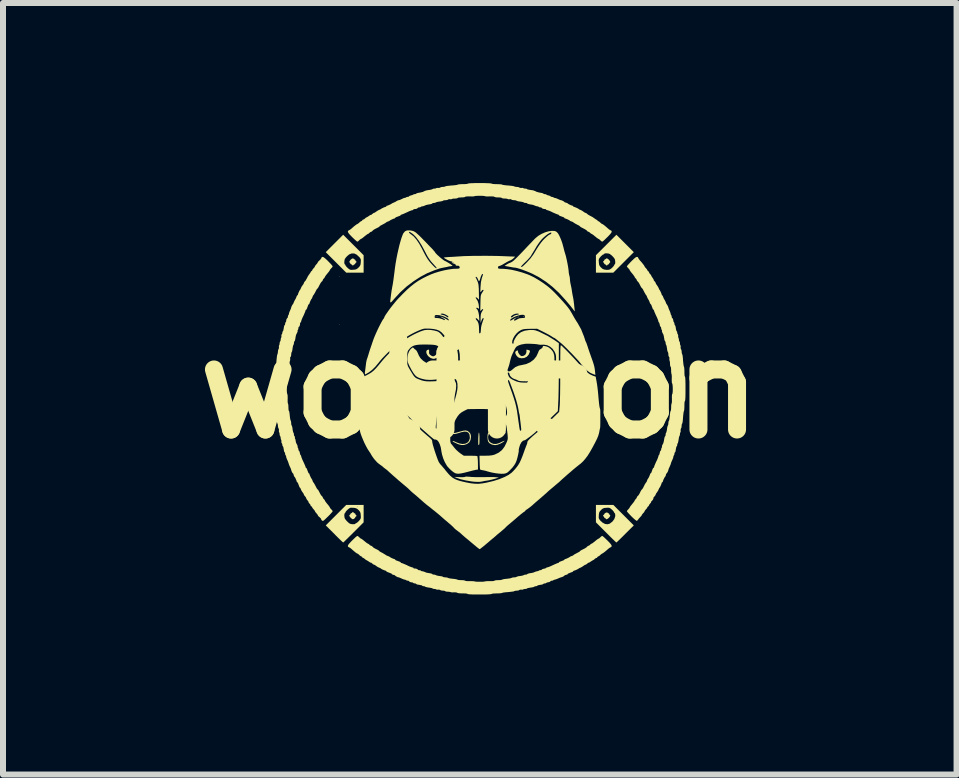
<source format=kicad_pcb>
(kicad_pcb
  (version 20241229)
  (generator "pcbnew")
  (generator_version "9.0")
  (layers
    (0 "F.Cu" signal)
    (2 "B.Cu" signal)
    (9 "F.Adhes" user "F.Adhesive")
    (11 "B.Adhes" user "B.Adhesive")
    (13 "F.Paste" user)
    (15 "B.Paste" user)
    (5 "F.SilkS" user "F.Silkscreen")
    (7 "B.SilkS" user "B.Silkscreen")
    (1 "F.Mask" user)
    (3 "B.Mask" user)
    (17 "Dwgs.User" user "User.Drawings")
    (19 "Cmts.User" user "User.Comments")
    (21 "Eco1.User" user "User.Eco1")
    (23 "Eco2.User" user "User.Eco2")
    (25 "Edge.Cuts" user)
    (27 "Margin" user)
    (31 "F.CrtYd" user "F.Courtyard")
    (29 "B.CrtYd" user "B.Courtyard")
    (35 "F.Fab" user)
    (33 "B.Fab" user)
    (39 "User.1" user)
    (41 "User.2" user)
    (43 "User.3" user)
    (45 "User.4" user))
  (footprint "wolfIcon"
    (layer "F.Cu")
    (at 4.943 3.427)
    (property "Reference" "wolfIcon" (at 0 0 0) (layer "F.SilkS") (effects (font (size 1.5 1.5) (thickness 0.3))))
    (attr board_only exclude_from_pos_files exclude_from_bom)
    (fp_poly (pts (xy -0.42 -2.078) (xy -0.419 -2.078) (xy -0.42 -2.078)) (stroke (width 0) (type solid)) (fill yes) (layer "F.SilkS"))
    (fp_poly (pts (xy -2.331 -1.875) (xy -2.335 -1.87) (xy -2.34 -1.875) (xy -2.335 -1.879)) (stroke (width 0) (type solid)) (fill yes) (layer "F.SilkS"))
    (fp_poly (pts (xy -2.331 -1.073) (xy -2.335 -1.069) (xy -2.34 -1.073) (xy -2.335 -1.078)) (stroke (width 0) (type solid)) (fill yes) (layer "F.SilkS"))
    (fp_poly (pts (xy -0.7 -1.202) (xy -0.705 -1.198) (xy -0.709 -1.202) (xy -0.705 -1.207)) (stroke (width 0) (type solid)) (fill yes) (layer "F.SilkS"))
    (fp_poly (pts (xy -0.722 -1.204) (xy -0.723 -1.198) (xy -0.728 -1.198) (xy -0.735 -1.201) (xy -0.734 -1.204) (xy -0.723 -1.205)) (stroke (width 0) (type solid)) (fill yes) (layer "F.SilkS"))
    (fp_poly (pts (xy 0.734 -1.204) (xy 0.733 -1.198) (xy 0.728 -1.198) (xy 0.72 -1.201) (xy 0.722 -1.204) (xy 0.733 -1.205)) (stroke (width 0) (type solid)) (fill yes) (layer "F.SilkS"))
    (fp_poly (pts (xy 0.649 -1.198) (xy 0.64 -1.19) (xy 0.629 -1.189) (xy 0.626 -1.192) (xy 0.634 -1.198) (xy 0.641 -1.201) (xy 0.65 -1.202)) (stroke (width 0) (type solid)) (fill yes) (layer "F.SilkS"))
    (fp_poly (pts (xy -0.449 -2.104) (xy -0.445 -2.1) (xy -0.42 -2.078) (xy -0.427 -2.079) (xy -0.446 -2.088) (xy -0.462 -2.101) (xy -0.47 -2.114) (xy -0.47 -2.114) (xy -0.464 -2.114)) (stroke (width 0) (type solid)) (fill yes) (layer "F.SilkS"))
    (fp_poly (pts (xy -0.011 0.733) (xy -0.008 0.753) (xy -0.005 0.791) (xy -0.005 0.833) (xy -0.005 0.881) (xy -0.007 0.914) (xy -0.011 0.932) (xy -0.016 0.938) (xy -0.022 0.935) (xy -0.025 0.923) (xy -0.026 0.899) (xy -0.026 0.859) (xy -0.026 0.835) (xy -0.023 0.782) (xy -0.02 0.748) (xy -0.016 0.731)) (stroke (width 0) (type solid)) (fill yes) (layer "F.SilkS"))
    (fp_poly (pts (xy 2.125 2.061) (xy 2.127 2.064) (xy 2.137 2.072) (xy 2.143 2.073) (xy 2.154 2.08) (xy 2.156 2.087) (xy 2.161 2.099) (xy 2.165 2.101) (xy 2.174 2.106) (xy 2.171 2.121) (xy 2.158 2.142) (xy 2.15 2.15) (xy 2.129 2.167) (xy 2.111 2.174) (xy 2.101 2.17) (xy 2.101 2.165) (xy 2.093 2.157) (xy 2.087 2.156) (xy 2.075 2.148) (xy 2.073 2.142) (xy 2.068 2.13) (xy 2.064 2.128) (xy 2.056 2.121) (xy 2.054 2.114) (xy 2.059 2.102) (xy 2.064 2.101) (xy 2.072 2.093) (xy 2.073 2.089) (xy 2.08 2.078) (xy 2.095 2.067) (xy 2.113 2.061)) (stroke (width 0) (type solid)) (fill yes) (layer "F.SilkS"))
    (fp_poly (pts (xy 0.798 -0.649) (xy 0.823 -0.642) (xy 0.834 -0.634) (xy 0.835 -0.62) (xy 0.832 -0.61) (xy 0.813 -0.566) (xy 0.782 -0.533) (xy 0.741 -0.513) (xy 0.695 -0.508) (xy 0.652 -0.517) (xy 0.629 -0.533) (xy 0.607 -0.559) (xy 0.593 -0.589) (xy 0.59 -0.605) (xy 0.598 -0.623) (xy 0.613 -0.634) (xy 0.629 -0.64) (xy 0.635 -0.634) (xy 0.636 -0.622) (xy 0.642 -0.6) (xy 0.658 -0.575) (xy 0.678 -0.554) (xy 0.697 -0.544) (xy 0.701 -0.544) (xy 0.736 -0.552) (xy 0.762 -0.573) (xy 0.773 -0.596) (xy 0.778 -0.621) (xy 0.777 -0.64) (xy 0.777 -0.641) (xy 0.777 -0.65) (xy 0.788 -0.651)) (stroke (width 0) (type solid)) (fill yes) (layer "F.SilkS"))
    (fp_poly (pts (xy -2.102 2.059) (xy -2.101 2.064) (xy -2.093 2.072) (xy -2.087 2.073) (xy -2.075 2.08) (xy -2.073 2.087) (xy -2.068 2.099) (xy -2.064 2.101) (xy -2.056 2.108) (xy -2.054 2.114) (xy -2.059 2.127) (xy -2.064 2.128) (xy -2.072 2.135) (xy -2.073 2.139) (xy -2.08 2.153) (xy -2.097 2.167) (xy -2.114 2.174) (xy -2.115 2.174) (xy -2.128 2.168) (xy -2.146 2.153) (xy -2.15 2.15) (xy -2.167 2.129) (xy -2.174 2.111) (xy -2.17 2.101) (xy -2.165 2.101) (xy -2.157 2.093) (xy -2.156 2.087) (xy -2.148 2.075) (xy -2.142 2.073) (xy -2.13 2.068) (xy -2.128 2.064) (xy -2.121 2.056) (xy -2.114 2.054)) (stroke (width 0) (type solid)) (fill yes) (layer "F.SilkS"))
    (fp_poly (pts (xy -2.104 -2.17) (xy -2.103 -2.167) (xy -2.092 -2.157) (xy -2.086 -2.156) (xy -2.074 -2.148) (xy -2.073 -2.142) (xy -2.068 -2.13) (xy -2.064 -2.128) (xy -2.056 -2.121) (xy -2.054 -2.114) (xy -2.059 -2.102) (xy -2.064 -2.101) (xy -2.072 -2.093) (xy -2.073 -2.087) (xy -2.08 -2.075) (xy -2.087 -2.073) (xy -2.099 -2.068) (xy -2.101 -2.064) (xy -2.108 -2.056) (xy -2.114 -2.054) (xy -2.127 -2.059) (xy -2.128 -2.064) (xy -2.136 -2.072) (xy -2.142 -2.073) (xy -2.154 -2.08) (xy -2.156 -2.086) (xy -2.163 -2.1) (xy -2.167 -2.103) (xy -2.174 -2.109) (xy -2.17 -2.124) (xy -2.166 -2.13) (xy -2.152 -2.15) (xy -2.133 -2.165) (xy -2.116 -2.173)) (stroke (width 0) (type solid)) (fill yes) (layer "F.SilkS"))
    (fp_poly (pts (xy 2.129 -2.168) (xy 2.147 -2.154) (xy 2.163 -2.135) (xy 2.166 -2.13) (xy 2.174 -2.112) (xy 2.17 -2.104) (xy 2.167 -2.103) (xy 2.157 -2.092) (xy 2.156 -2.086) (xy 2.148 -2.074) (xy 2.142 -2.073) (xy 2.13 -2.068) (xy 2.128 -2.064) (xy 2.121 -2.056) (xy 2.114 -2.054) (xy 2.102 -2.059) (xy 2.101 -2.064) (xy 2.093 -2.072) (xy 2.087 -2.073) (xy 2.075 -2.08) (xy 2.073 -2.087) (xy 2.068 -2.099) (xy 2.064 -2.101) (xy 2.056 -2.108) (xy 2.054 -2.114) (xy 2.059 -2.127) (xy 2.064 -2.128) (xy 2.072 -2.136) (xy 2.073 -2.142) (xy 2.08 -2.154) (xy 2.086 -2.156) (xy 2.1 -2.163) (xy 2.103 -2.167) (xy 2.112 -2.173)) (stroke (width 0) (type solid)) (fill yes) (layer "F.SilkS"))
    (fp_poly (pts (xy -0.845 -0.648) (xy -0.844 -0.628) (xy -0.845 -0.62) (xy -0.845 -0.593) (xy -0.836 -0.574) (xy -0.828 -0.566) (xy -0.797 -0.545) (xy -0.77 -0.541) (xy -0.744 -0.555) (xy -0.736 -0.562) (xy -0.719 -0.583) (xy -0.71 -0.604) (xy -0.709 -0.607) (xy -0.704 -0.623) (xy -0.695 -0.626) (xy -0.672 -0.621) (xy -0.653 -0.609) (xy -0.645 -0.595) (xy -0.645 -0.595) (xy -0.652 -0.576) (xy -0.67 -0.552) (xy -0.695 -0.53) (xy -0.721 -0.513) (xy -0.725 -0.511) (xy -0.757 -0.5) (xy -0.782 -0.5) (xy -0.811 -0.51) (xy -0.82 -0.514) (xy -0.849 -0.534) (xy -0.873 -0.561) (xy -0.887 -0.589) (xy -0.892 -0.616) (xy -0.885 -0.637) (xy -0.876 -0.645) (xy -0.855 -0.653)) (stroke (width 0) (type solid)) (fill yes) (layer "F.SilkS"))
    (fp_poly (pts (xy -0.196 1.464) (xy -0.17 1.466) (xy -0.139 1.469) (xy -0.095 1.471) (xy -0.041 1.472) (xy 0.018 1.472) (xy 0.06 1.472) (xy 0.117 1.471) (xy 0.171 1.471) (xy 0.218 1.471) (xy 0.254 1.472) (xy 0.272 1.474) (xy 0.318 1.479) (xy 0.253 1.499) (xy 0.209 1.511) (xy 0.158 1.523) (xy 0.12 1.53) (xy 0.084 1.535) (xy 0.055 1.541) (xy 0.038 1.545) (xy 0.037 1.545) (xy 0.006 1.55) (xy -0.039 1.551) (xy -0.096 1.548) (xy -0.146 1.542) (xy -0.238 1.526) (xy -0.316 1.508) (xy -0.381 1.486) (xy -0.425 1.468) (xy -0.342 1.472) (xy -0.301 1.473) (xy -0.269 1.472) (xy -0.249 1.469) (xy -0.246 1.467) (xy -0.229 1.463)) (stroke (width 0) (type solid)) (fill yes) (layer "F.SilkS"))
    (fp_poly (pts (xy -2.105 -2.395) (xy -1.935 -2.225) (xy -1.935 -2.08) (xy -1.935 -1.935) (xy -2.08 -1.935) (xy -2.225 -1.935) (xy -2.387 -2.097) (xy -2.257 -2.097) (xy -2.253 -2.079) (xy -2.248 -2.073) (xy -2.24 -2.066) (xy -2.239 -2.06) (xy -2.232 -2.047) (xy -2.216 -2.028) (xy -2.201 -2.013) (xy -2.178 -1.994) (xy -2.16 -1.984) (xy -2.139 -1.981) (xy -2.108 -1.983) (xy -2.075 -1.986) (xy -2.052 -1.994) (xy -2.031 -2.009) (xy -2.02 -2.02) (xy -2 -2.042) (xy -1.989 -2.063) (xy -1.984 -2.091) (xy -1.983 -2.108) (xy -1.981 -2.14) (xy -1.984 -2.161) (xy -1.994 -2.178) (xy -2.008 -2.195) (xy -2.05 -2.234) (xy -2.091 -2.254) (xy -2.133 -2.255) (xy -2.175 -2.239) (xy -2.21 -2.21) (xy -2.23 -2.188) (xy -2.245 -2.167) (xy -2.246 -2.166) (xy -2.253 -2.147) (xy -2.256 -2.122) (xy -2.257 -2.097) (xy -2.387 -2.097) (xy -2.395 -2.105) (xy -2.566 -2.276) (xy -2.421 -2.421) (xy -2.276 -2.566)) (stroke (width 0) (type solid)) (fill yes) (layer "F.SilkS"))
    (fp_poly (pts (xy -0.206 0.701) (xy -0.18 0.719) (xy -0.171 0.729) (xy -0.155 0.753) (xy -0.148 0.781) (xy -0.147 0.803) (xy -0.154 0.852) (xy -0.174 0.89) (xy -0.209 0.917) (xy -0.217 0.921) (xy -0.261 0.936) (xy -0.307 0.937) (xy -0.357 0.924) (xy -0.387 0.911) (xy -0.421 0.895) (xy -0.441 0.885) (xy -0.451 0.878) (xy -0.452 0.873) (xy -0.449 0.87) (xy -0.439 0.871) (xy -0.418 0.879) (xy -0.397 0.889) (xy -0.34 0.911) (xy -0.288 0.92) (xy -0.243 0.915) (xy -0.207 0.898) (xy -0.181 0.869) (xy -0.167 0.83) (xy -0.166 0.809) (xy -0.171 0.765) (xy -0.187 0.734) (xy -0.215 0.717) (xy -0.254 0.713) (xy -0.306 0.723) (xy -0.334 0.732) (xy -0.388 0.748) (xy -0.427 0.755) (xy -0.45 0.752) (xy -0.456 0.746) (xy -0.452 0.74) (xy -0.434 0.737) (xy -0.431 0.737) (xy -0.408 0.734) (xy -0.374 0.726) (xy -0.336 0.715) (xy -0.329 0.713) (xy -0.277 0.699) (xy -0.237 0.694)) (stroke (width 0) (type solid)) (fill yes) (layer "F.SilkS"))
    (fp_poly (pts (xy 2.421 -2.421) (xy 2.566 -2.276) (xy 2.395 -2.105) (xy 2.225 -1.935) (xy 2.08 -1.935) (xy 1.935 -1.935) (xy 1.935 -2.08) (xy 1.935 -2.139) (xy 1.981 -2.139) (xy 1.983 -2.109) (xy 1.987 -2.073) (xy 1.996 -2.049) (xy 2.012 -2.028) (xy 2.014 -2.026) (xy 2.041 -2.001) (xy 2.068 -1.988) (xy 2.102 -1.982) (xy 2.121 -1.981) (xy 2.15 -1.983) (xy 2.172 -1.991) (xy 2.196 -2.008) (xy 2.202 -2.014) (xy 2.223 -2.035) (xy 2.236 -2.053) (xy 2.239 -2.06) (xy 2.244 -2.072) (xy 2.248 -2.073) (xy 2.254 -2.081) (xy 2.257 -2.101) (xy 2.256 -2.126) (xy 2.252 -2.151) (xy 2.246 -2.166) (xy 2.225 -2.194) (xy 2.196 -2.223) (xy 2.168 -2.244) (xy 2.166 -2.246) (xy 2.147 -2.253) (xy 2.122 -2.256) (xy 2.097 -2.257) (xy 2.079 -2.253) (xy 2.073 -2.248) (xy 2.066 -2.24) (xy 2.06 -2.239) (xy 2.047 -2.232) (xy 2.028 -2.216) (xy 2.013 -2.201) (xy 1.994 -2.178) (xy 1.984 -2.16) (xy 1.981 -2.139) (xy 1.935 -2.139) (xy 1.935 -2.225) (xy 2.105 -2.395) (xy 2.276 -2.566)) (stroke (width 0) (type solid)) (fill yes) (layer "F.SilkS"))
    (fp_poly (pts (xy 0.224 0.703) (xy 0.259 0.708) (xy 0.301 0.719) (xy 0.329 0.728) (xy 0.36 0.739) (xy 0.38 0.743) (xy 0.394 0.742) (xy 0.407 0.735) (xy 0.41 0.733) (xy 0.428 0.725) (xy 0.433 0.729) (xy 0.423 0.743) (xy 0.419 0.746) (xy 0.403 0.755) (xy 0.38 0.757) (xy 0.349 0.751) (xy 0.304 0.738) (xy 0.294 0.734) (xy 0.253 0.722) (xy 0.219 0.716) (xy 0.2 0.716) (xy 0.17 0.731) (xy 0.148 0.759) (xy 0.139 0.797) (xy 0.138 0.805) (xy 0.144 0.85) (xy 0.163 0.883) (xy 0.194 0.905) (xy 0.233 0.919) (xy 0.274 0.919) (xy 0.32 0.906) (xy 0.355 0.889) (xy 0.383 0.876) (xy 0.404 0.868) (xy 0.412 0.868) (xy 0.412 0.869) (xy 0.403 0.878) (xy 0.381 0.893) (xy 0.352 0.909) (xy 0.351 0.91) (xy 0.298 0.932) (xy 0.253 0.939) (xy 0.21 0.931) (xy 0.197 0.927) (xy 0.163 0.908) (xy 0.142 0.884) (xy 0.132 0.852) (xy 0.129 0.809) (xy 0.13 0.773) (xy 0.133 0.751) (xy 0.141 0.734) (xy 0.152 0.722) (xy 0.169 0.708) (xy 0.187 0.702) (xy 0.213 0.702)) (stroke (width 0) (type solid)) (fill yes) (layer "F.SilkS"))
    (fp_poly (pts (xy -1.106 -0.682) (xy -1.103 -0.679) (xy -1.086 -0.662) (xy -1.07 -0.651) (xy -1.052 -0.633) (xy -1.035 -0.6) (xy -1.031 -0.591) (xy -1.015 -0.554) (xy -0.992 -0.516) (xy -0.981 -0.502) (xy -0.944 -0.467) (xy -0.895 -0.435) (xy -0.839 -0.41) (xy -0.784 -0.394) (xy -0.767 -0.391) (xy -0.725 -0.385) (xy -0.689 -0.373) (xy -0.654 -0.355) (xy -0.612 -0.326) (xy -0.609 -0.323) (xy -0.582 -0.304) (xy -0.559 -0.291) (xy -0.547 -0.286) (xy -0.54 -0.279) (xy -0.542 -0.264) (xy -0.553 -0.243) (xy -0.569 -0.222) (xy -0.584 -0.208) (xy -0.626 -0.184) (xy -0.682 -0.165) (xy -0.744 -0.153) (xy -0.808 -0.148) (xy -0.814 -0.148) (xy -0.852 -0.149) (xy -0.884 -0.151) (xy -0.905 -0.153) (xy -0.907 -0.153) (xy -0.967 -0.167) (xy -1.013 -0.182) (xy -1.048 -0.2) (xy -1.077 -0.225) (xy -1.103 -0.259) (xy -1.132 -0.305) (xy -1.144 -0.327) (xy -1.171 -0.378) (xy -1.189 -0.417) (xy -1.2 -0.45) (xy -1.205 -0.48) (xy -1.204 -0.512) (xy -1.203 -0.528) (xy -1.194 -0.581) (xy -1.179 -0.621) (xy -1.157 -0.654) (xy -1.144 -0.667) (xy -1.125 -0.684) (xy -1.114 -0.688)) (stroke (width 0) (type solid)) (fill yes) (layer "F.SilkS"))
    (fp_poly (pts (xy 2.395 2.105) (xy 2.566 2.276) (xy 2.423 2.418) (xy 2.381 2.46) (xy 2.344 2.497) (xy 2.313 2.527) (xy 2.29 2.549) (xy 2.277 2.56) (xy 2.276 2.561) (xy 2.268 2.555) (xy 2.249 2.537) (xy 2.221 2.51) (xy 2.185 2.475) (xy 2.144 2.434) (xy 2.103 2.393) (xy 1.935 2.225) (xy 1.935 2.14) (xy 1.981 2.14) (xy 1.984 2.161) (xy 1.994 2.178) (xy 2.008 2.196) (xy 2.047 2.231) (xy 2.088 2.252) (xy 2.128 2.257) (xy 2.165 2.247) (xy 2.166 2.246) (xy 2.21 2.212) (xy 2.241 2.171) (xy 2.256 2.127) (xy 2.257 2.11) (xy 2.255 2.087) (xy 2.25 2.074) (xy 2.248 2.073) (xy 2.24 2.066) (xy 2.239 2.06) (xy 2.232 2.047) (xy 2.216 2.028) (xy 2.201 2.013) (xy 2.178 1.994) (xy 2.16 1.984) (xy 2.139 1.981) (xy 2.108 1.983) (xy 2.075 1.986) (xy 2.052 1.994) (xy 2.031 2.009) (xy 2.02 2.02) (xy 2 2.042) (xy 1.989 2.063) (xy 1.984 2.091) (xy 1.983 2.108) (xy 1.981 2.14) (xy 1.935 2.14) (xy 1.935 2.08) (xy 1.935 1.935) (xy 2.08 1.935) (xy 2.225 1.935)) (stroke (width 0) (type solid)) (fill yes) (layer "F.SilkS"))
    (fp_poly (pts (xy -1.935 2.08) (xy -1.935 2.225) (xy -2.103 2.393) (xy -2.148 2.438) (xy -2.19 2.479) (xy -2.225 2.513) (xy -2.252 2.54) (xy -2.27 2.556) (xy -2.276 2.561) (xy -2.283 2.555) (xy -2.302 2.538) (xy -2.33 2.511) (xy -2.365 2.477) (xy -2.405 2.437) (xy -2.423 2.418) (xy -2.566 2.276) (xy -2.395 2.105) (xy -2.391 2.101) (xy -2.257 2.101) (xy -2.256 2.126) (xy -2.252 2.151) (xy -2.246 2.166) (xy -2.226 2.192) (xy -2.199 2.22) (xy -2.173 2.242) (xy -2.168 2.245) (xy -2.15 2.252) (xy -2.125 2.256) (xy -2.1 2.256) (xy -2.081 2.254) (xy -2.073 2.248) (xy -2.066 2.24) (xy -2.06 2.239) (xy -2.047 2.232) (xy -2.028 2.216) (xy -2.013 2.201) (xy -1.994 2.178) (xy -1.984 2.16) (xy -1.981 2.139) (xy -1.983 2.108) (xy -1.986 2.075) (xy -1.994 2.052) (xy -2.009 2.031) (xy -2.02 2.02) (xy -2.042 2) (xy -2.063 1.99) (xy -2.09 1.984) (xy -2.108 1.983) (xy -2.14 1.981) (xy -2.16 1.984) (xy -2.178 1.994) (xy -2.201 2.013) (xy -2.222 2.034) (xy -2.236 2.052) (xy -2.239 2.06) (xy -2.244 2.072) (xy -2.248 2.073) (xy -2.254 2.081) (xy -2.257 2.101) (xy -2.391 2.101) (xy -2.257 1.967) (xy -2.045 1.967) (xy -2.041 1.972) (xy -2.036 1.967) (xy -2.041 1.962) (xy -2.045 1.967) (xy -2.257 1.967) (xy -2.225 1.935) (xy -2.08 1.935) (xy -1.935 1.935)) (stroke (width 0) (type solid)) (fill yes) (layer "F.SilkS"))
    (fp_poly (pts (xy -1.162 -2.639) (xy -1.141 -2.635) (xy -1.122 -2.631) (xy -1.105 -2.626) (xy -1.088 -2.617) (xy -1.068 -2.605) (xy -1.046 -2.586) (xy -1.018 -2.561) (xy -0.984 -2.528) (xy -0.943 -2.486) (xy -0.892 -2.434) (xy -0.83 -2.369) (xy -0.812 -2.351) (xy -0.784 -2.322) (xy -0.763 -2.297) (xy -0.749 -2.281) (xy -0.746 -2.276) (xy -0.74 -2.265) (xy -0.722 -2.245) (xy -0.697 -2.221) (xy -0.667 -2.194) (xy -0.637 -2.169) (xy -0.61 -2.148) (xy -0.59 -2.134) (xy -0.585 -2.132) (xy -0.562 -2.121) (xy -0.534 -2.105) (xy -0.506 -2.088) (xy -0.48 -2.071) (xy -0.462 -2.057) (xy -0.454 -2.049) (xy -0.455 -2.048) (xy -0.465 -2.045) (xy -0.487 -2.042) (xy -0.489 -2.041) (xy -0.515 -2.038) (xy -0.534 -2.033) (xy -0.534 -2.033) (xy -0.55 -2.029) (xy -0.578 -2.024) (xy -0.608 -2.018) (xy -0.642 -2.011) (xy -0.671 -2.004) (xy -0.686 -1.999) (xy -0.705 -1.992) (xy -0.734 -1.982) (xy -0.762 -1.972) (xy -0.877 -1.925) (xy -0.993 -1.863) (xy -1.108 -1.788) (xy -1.22 -1.703) (xy -1.324 -1.608) (xy -1.417 -1.508) (xy -1.436 -1.486) (xy -1.463 -1.455) (xy -1.481 -1.44) (xy -1.491 -1.44) (xy -1.492 -1.449) (xy -1.491 -1.467) (xy -1.487 -1.5) (xy -1.482 -1.541) (xy -1.476 -1.586) (xy -1.47 -1.63) (xy -1.463 -1.669) (xy -1.458 -1.699) (xy -1.456 -1.709) (xy -1.452 -1.728) (xy -1.448 -1.752) (xy -1.443 -1.784) (xy -1.437 -1.826) (xy -1.43 -1.88) (xy -1.421 -1.948) (xy -1.415 -2) (xy -1.404 -2.078) (xy -1.39 -2.159) (xy -1.374 -2.241) (xy -1.356 -2.321) (xy -1.338 -2.397) (xy -1.319 -2.465) (xy -1.301 -2.523) (xy -1.284 -2.568) (xy -1.272 -2.593) (xy -1.261 -2.605) (xy -1.179 -2.605) (xy -1.172 -2.594) (xy -1.153 -2.578) (xy -1.141 -2.57) (xy -1.1 -2.537) (xy -1.055 -2.485) (xy -1.009 -2.417) (xy -0.962 -2.332) (xy -0.944 -2.296) (xy -0.914 -2.238) (xy -0.888 -2.192) (xy -0.864 -2.154) (xy -0.837 -2.118) (xy -0.81 -2.087) (xy -0.773 -2.047) (xy -0.745 -2.02) (xy -0.727 -2.008) (xy -0.719 -2.011) (xy -0.719 -2.014) (xy -0.724 -2.022) (xy -0.74 -2.041) (xy -0.764 -2.068) (xy -0.784 -2.09) (xy -0.814 -2.124) (xy -0.839 -2.158) (xy -0.864 -2.195) (xy -0.89 -2.242) (xy -0.914 -2.289) (xy -0.966 -2.386) (xy -1.016 -2.466) (xy -1.064 -2.529) (xy -1.11 -2.575) (xy -1.122 -2.584) (xy -1.151 -2.604) (xy -1.168 -2.614) (xy -1.177 -2.614) (xy -1.179 -2.605) (xy -1.261 -2.605) (xy -1.245 -2.624) (xy -1.21 -2.639) (xy -1.166 -2.639)) (stroke (width 0) (type solid)) (fill yes) (layer "F.SilkS"))
    (fp_poly (pts (xy 1.245 -2.629) (xy 1.257 -2.626) (xy 1.28 -2.614) (xy 1.301 -2.592) (xy 1.317 -2.566) (xy 1.336 -2.527) (xy 1.357 -2.477) (xy 1.376 -2.422) (xy 1.39 -2.37) (xy 1.396 -2.347) (xy 1.402 -2.322) (xy 1.411 -2.288) (xy 1.419 -2.262) (xy 1.434 -2.212) (xy 1.448 -2.151) (xy 1.461 -2.088) (xy 1.472 -2.027) (xy 1.479 -1.976) (xy 1.48 -1.964) (xy 1.483 -1.929) (xy 1.489 -1.899) (xy 1.493 -1.883) (xy 1.499 -1.858) (xy 1.502 -1.827) (xy 1.502 -1.824) (xy 1.504 -1.796) (xy 1.51 -1.759) (xy 1.517 -1.726) (xy 1.525 -1.689) (xy 1.531 -1.656) (xy 1.534 -1.635) (xy 1.537 -1.613) (xy 1.543 -1.579) (xy 1.55 -1.541) (xy 1.551 -1.539) (xy 1.557 -1.508) (xy 1.562 -1.478) (xy 1.566 -1.445) (xy 1.571 -1.406) (xy 1.576 -1.354) (xy 1.58 -1.32) (xy 1.582 -1.299) (xy 1.581 -1.29) (xy 1.581 -1.29) (xy 1.575 -1.297) (xy 1.562 -1.314) (xy 1.552 -1.328) (xy 1.536 -1.348) (xy 1.512 -1.379) (xy 1.481 -1.416) (xy 1.446 -1.457) (xy 1.429 -1.477) (xy 1.322 -1.595) (xy 1.214 -1.696) (xy 1.103 -1.783) (xy 0.987 -1.858) (xy 0.885 -1.912) (xy 0.845 -1.93) (xy 0.798 -1.95) (xy 0.749 -1.969) (xy 0.7 -1.987) (xy 0.655 -2.002) (xy 0.619 -2.012) (xy 0.595 -2.017) (xy 0.591 -2.018) (xy 0.575 -2.019) (xy 0.547 -2.023) (xy 0.511 -2.03) (xy 0.495 -2.032) (xy 0.487 -2.034) (xy 0.688 -2.034) (xy 0.693 -2.029) (xy 0.7 -2.03) (xy 0.712 -2.038) (xy 0.732 -2.055) (xy 0.76 -2.082) (xy 0.785 -2.107) (xy 0.843 -2.17) (xy 0.891 -2.235) (xy 0.906 -2.259) (xy 0.949 -2.33) (xy 0.986 -2.387) (xy 1.019 -2.433) (xy 1.051 -2.472) (xy 1.083 -2.505) (xy 1.094 -2.515) (xy 1.122 -2.54) (xy 1.146 -2.559) (xy 1.162 -2.569) (xy 1.166 -2.57) (xy 1.18 -2.576) (xy 1.191 -2.588) (xy 1.192 -2.599) (xy 1.189 -2.602) (xy 1.176 -2.601) (xy 1.152 -2.589) (xy 1.122 -2.57) (xy 1.09 -2.544) (xy 1.058 -2.516) (xy 1.033 -2.491) (xy 1.003 -2.454) (xy 0.972 -2.411) (xy 0.947 -2.373) (xy 0.926 -2.337) (xy 0.906 -2.303) (xy 0.89 -2.278) (xy 0.889 -2.276) (xy 0.87 -2.245) (xy 0.851 -2.213) (xy 0.849 -2.21) (xy 0.833 -2.189) (xy 0.808 -2.161) (xy 0.777 -2.129) (xy 0.756 -2.109) (xy 0.727 -2.081) (xy 0.704 -2.057) (xy 0.69 -2.04) (xy 0.688 -2.034) (xy 0.487 -2.034) (xy 0.413 -2.047) (xy 0.444 -2.068) (xy 0.47 -2.084) (xy 0.494 -2.095) (xy 0.497 -2.096) (xy 0.513 -2.102) (xy 0.528 -2.11) (xy 0.546 -2.121) (xy 0.567 -2.138) (xy 0.592 -2.162) (xy 0.624 -2.193) (xy 0.664 -2.234) (xy 0.713 -2.285) (xy 0.773 -2.348) (xy 0.778 -2.354) (xy 0.818 -2.396) (xy 0.857 -2.436) (xy 0.891 -2.472) (xy 0.918 -2.5) (xy 0.931 -2.512) (xy 0.976 -2.549) (xy 1.029 -2.58) (xy 1.087 -2.606) (xy 1.145 -2.623) (xy 1.199 -2.631)) (stroke (width 0) (type solid)) (fill yes) (layer "F.SilkS"))
    (fp_poly (pts (xy -1.333 -0.747) (xy -1.333 -0.721) (xy -1.333 -0.681) (xy -1.333 -0.627) (xy -1.333 -0.562) (xy -1.333 -0.488) (xy -1.333 -0.406) (xy -1.334 -0.318) (xy -1.334 -0.316) (xy -1.334 -0.219) (xy -1.334 -0.125) (xy -1.334 -0.035) (xy -1.333 0.047) (xy -1.332 0.12) (xy -1.33 0.181) (xy -1.328 0.227) (xy -1.327 0.247) (xy -1.318 0.37) (xy -1.191 0.492) (xy -1.106 0.572) (xy -1.023 0.649) (xy -0.945 0.72) (xy -0.874 0.782) (xy -0.841 0.81) (xy -0.814 0.834) (xy -0.799 0.852) (xy -0.793 0.869) (xy -0.792 0.882) (xy -0.789 0.902) (xy -0.781 0.936) (xy -0.768 0.98) (xy -0.753 1.029) (xy -0.736 1.08) (xy -0.719 1.129) (xy -0.703 1.173) (xy -0.689 1.207) (xy -0.68 1.225) (xy -0.663 1.25) (xy -0.647 1.269) (xy -0.645 1.271) (xy -0.633 1.284) (xy -0.613 1.308) (xy -0.587 1.338) (xy -0.567 1.364) (xy -0.527 1.412) (xy -0.491 1.45) (xy -0.455 1.48) (xy -0.417 1.503) (xy -0.372 1.522) (xy -0.317 1.539) (xy -0.248 1.555) (xy -0.222 1.561) (xy -0.146 1.575) (xy -0.08 1.582) (xy -0.019 1.583) (xy 0.045 1.576) (xy 0.117 1.563) (xy 0.124 1.561) (xy 0.229 1.536) (xy 0.324 1.506) (xy 0.407 1.472) (xy 0.476 1.437) (xy 0.529 1.399) (xy 0.549 1.38) (xy 0.588 1.338) (xy 0.619 1.3) (xy 0.645 1.263) (xy 0.668 1.223) (xy 0.689 1.176) (xy 0.712 1.119) (xy 0.732 1.064) (xy 0.748 1.019) (xy 0.763 0.979) (xy 0.775 0.948) (xy 0.782 0.93) (xy 0.783 0.928) (xy 0.791 0.906) (xy 0.792 0.891) (xy 0.795 0.879) (xy 0.804 0.865) (xy 0.822 0.845) (xy 0.848 0.82) (xy 0.885 0.786) (xy 0.934 0.744) (xy 0.981 0.705) (xy 1.02 0.672) (xy 1.054 0.642) (xy 1.086 0.613) (xy 1.12 0.582) (xy 1.159 0.544) (xy 1.207 0.498) (xy 1.22 0.485) (xy 1.322 0.385) (xy 1.331 0.288) (xy 1.333 0.26) (xy 1.335 0.215) (xy 1.336 0.156) (xy 1.338 0.086) (xy 1.339 0.006) (xy 1.34 -0.08) (xy 1.34 -0.172) (xy 1.34 -0.267) (xy 1.34 -0.272) (xy 1.341 -0.377) (xy 1.341 -0.465) (xy 1.341 -0.537) (xy 1.342 -0.595) (xy 1.342 -0.641) (xy 1.343 -0.675) (xy 1.345 -0.699) (xy 1.347 -0.715) (xy 1.349 -0.723) (xy 1.352 -0.726) (xy 1.354 -0.725) (xy 1.372 -0.71) (xy 1.399 -0.683) (xy 1.434 -0.649) (xy 1.473 -0.609) (xy 1.514 -0.566) (xy 1.554 -0.524) (xy 1.591 -0.484) (xy 1.622 -0.45) (xy 1.644 -0.424) (xy 1.647 -0.42) (xy 1.714 -0.342) (xy 1.778 -0.282) (xy 1.837 -0.24) (xy 1.887 -0.217) (xy 1.931 -0.202) (xy 1.947 -0.113) (xy 1.954 -0.072) (xy 1.961 -0.019) (xy 1.968 0.042) (xy 1.974 0.105) (xy 1.977 0.142) (xy 1.982 0.196) (xy 1.987 0.245) (xy 1.992 0.284) (xy 1.997 0.312) (xy 2 0.323) (xy 2.006 0.345) (xy 2.008 0.371) (xy 2.008 0.391) (xy 2.008 0.426) (xy 2.008 0.469) (xy 2.008 0.517) (xy 2.008 0.522) (xy 2.008 0.568) (xy 2.007 0.608) (xy 2.006 0.638) (xy 2.004 0.654) (xy 2.004 0.655) (xy 1.999 0.673) (xy 1.995 0.696) (xy 1.986 0.741) (xy 1.973 0.785) (xy 1.953 0.833) (xy 1.925 0.89) (xy 1.877 0.98) (xy 1.835 1.054) (xy 1.796 1.116) (xy 1.758 1.166) (xy 1.722 1.208) (xy 1.684 1.244) (xy 1.654 1.267) (xy 1.629 1.287) (xy 1.594 1.315) (xy 1.551 1.351) (xy 1.505 1.391) (xy 1.457 1.432) (xy 1.412 1.472) (xy 1.372 1.507) (xy 1.341 1.536) (xy 1.328 1.549) (xy 1.315 1.56) (xy 1.291 1.58) (xy 1.26 1.606) (xy 1.225 1.636) (xy 1.19 1.665) (xy 1.159 1.691) (xy 1.136 1.711) (xy 1.124 1.723) (xy 1.124 1.723) (xy 1.109 1.737) (xy 1.08 1.762) (xy 1.038 1.799) (xy 0.985 1.845) (xy 0.953 1.872) (xy 0.925 1.896) (xy 0.893 1.925) (xy 0.876 1.94) (xy 0.845 1.966) (xy 0.812 1.991) (xy 0.795 2.003) (xy 0.772 2.018) (xy 0.758 2.031) (xy 0.755 2.036) (xy 0.748 2.045) (xy 0.746 2.045) (xy 0.736 2.051) (xy 0.714 2.067) (xy 0.685 2.09) (xy 0.65 2.119) (xy 0.637 2.13) (xy 0.596 2.166) (xy 0.555 2.201) (xy 0.518 2.232) (xy 0.491 2.255) (xy 0.488 2.257) (xy 0.461 2.28) (xy 0.439 2.3) (xy 0.427 2.313) (xy 0.415 2.325) (xy 0.392 2.345) (xy 0.363 2.37) (xy 0.349 2.382) (xy 0.317 2.408) (xy 0.29 2.43) (xy 0.272 2.446) (xy 0.267 2.451) (xy 0.252 2.464) (xy 0.229 2.484) (xy 0.207 2.501) (xy 0.174 2.529) (xy 0.138 2.56) (xy 0.12 2.575) (xy 0.093 2.598) (xy 0.064 2.622) (xy 0.036 2.644) (xy 0.014 2.662) (xy 0.000308 2.671) (xy -0.002 2.672) (xy -0.01 2.667) (xy -0.028 2.654) (xy -0.037 2.647) (xy -0.064 2.625) (xy -0.094 2.6) (xy -0.107 2.589) (xy -0.138 2.563) (xy -0.172 2.535) (xy -0.184 2.524) (xy -0.215 2.499) (xy -0.252 2.468) (xy -0.287 2.437) (xy -0.315 2.412) (xy -0.321 2.406) (xy -0.335 2.394) (xy -0.359 2.376) (xy -0.384 2.357) (xy -0.409 2.338) (xy -0.426 2.322) (xy -0.433 2.314) (xy -0.44 2.306) (xy -0.458 2.289) (xy -0.485 2.264) (xy -0.519 2.236) (xy -0.526 2.229) (xy -0.563 2.198) (xy -0.596 2.17) (xy -0.622 2.147) (xy -0.638 2.133) (xy -0.639 2.132) (xy -0.654 2.119) (xy -0.679 2.097) (xy -0.713 2.069) (xy -0.752 2.037) (xy -0.793 2.005) (xy -0.832 1.973) (xy -0.867 1.946) (xy -0.874 1.941) (xy -0.896 1.923) (xy -0.927 1.897) (xy -0.96 1.868) (xy -0.972 1.857) (xy -1.01 1.824) (xy -1.052 1.787) (xy -1.09 1.755) (xy -1.096 1.75) (xy -1.127 1.724) (xy -1.153 1.7) (xy -1.172 1.682) (xy -1.175 1.679) (xy -1.192 1.662) (xy -1.217 1.64) (xy -1.236 1.624) (xy -1.266 1.599) (xy -1.305 1.566) (xy -1.349 1.529) (xy -1.394 1.489) (xy -1.438 1.451) (xy -1.475 1.418) (xy -1.503 1.393) (xy -1.506 1.39) (xy -1.534 1.364) (xy -1.563 1.34) (xy -1.575 1.332) (xy -1.596 1.316) (xy -1.61 1.304) (xy -1.612 1.301) (xy -1.622 1.293) (xy -1.642 1.278) (xy -1.658 1.267) (xy -1.686 1.246) (xy -1.711 1.225) (xy -1.719 1.216) (xy -1.741 1.191) (xy -1.76 1.17) (xy -1.776 1.148) (xy -1.796 1.119) (xy -1.804 1.106) (xy -1.822 1.074) (xy -1.842 1.044) (xy -1.849 1.034) (xy -1.871 1) (xy -1.897 0.952) (xy -1.924 0.898) (xy -1.949 0.84) (xy -1.971 0.786) (xy -1.987 0.74) (xy -1.995 0.709) (xy -2.002 0.681) (xy -2.006 0.653) (xy -2.009 0.621) (xy -2.01 0.58) (xy -2.01 0.527) (xy -2.01 0.496) (xy -2.01 0.432) (xy -2.008 0.385) (xy -2.006 0.35) (xy -2.003 0.328) (xy -1.998 0.313) (xy -1.997 0.312) (xy -1.991 0.294) (xy -1.985 0.259) (xy -1.979 0.208) (xy -1.974 0.139) (xy -1.973 0.115) (xy -1.969 0.058) (xy -1.965 0.004) (xy -1.96 -0.042) (xy -1.957 -0.077) (xy -1.954 -0.097) (xy -1.947 -0.131) (xy -1.94 -0.166) (xy -1.94 -0.169) (xy -1.934 -0.191) (xy -1.922 -0.206) (xy -1.9 -0.22) (xy -1.89 -0.224) (xy -1.845 -0.248) (xy -1.805 -0.273) (xy -1.769 -0.302) (xy -1.731 -0.34) (xy -1.689 -0.388) (xy -1.66 -0.424) (xy -1.626 -0.465) (xy -1.589 -0.508) (xy -1.555 -0.545) (xy -1.534 -0.567) (xy -1.508 -0.593) (xy -1.476 -0.623) (xy -1.442 -0.655) (xy -1.409 -0.687) (xy -1.379 -0.715) (xy -1.354 -0.738) (xy -1.338 -0.752) (xy -1.333 -0.755)) (stroke (width 0) (type solid)) (fill yes) (layer "F.SilkS"))
    (fp_poly (pts (xy 0.077 -3.427) (xy 0.123 -3.425) (xy 0.161 -3.424) (xy 0.187 -3.421) (xy 0.198 -3.418) (xy 0.198 -3.418) (xy 0.209 -3.414) (xy 0.234 -3.411) (xy 0.269 -3.409) (xy 0.286 -3.409) (xy 0.323 -3.408) (xy 0.352 -3.406) (xy 0.37 -3.403) (xy 0.372 -3.401) (xy 0.383 -3.397) (xy 0.408 -3.393) (xy 0.443 -3.389) (xy 0.472 -3.387) (xy 0.512 -3.383) (xy 0.546 -3.379) (xy 0.569 -3.374) (xy 0.575 -3.371) (xy 0.59 -3.366) (xy 0.614 -3.363) (xy 0.619 -3.363) (xy 0.643 -3.36) (xy 0.658 -3.354) (xy 0.659 -3.353) (xy 0.672 -3.347) (xy 0.692 -3.346) (xy 0.713 -3.347) (xy 0.724 -3.343) (xy 0.736 -3.337) (xy 0.755 -3.335) (xy 0.776 -3.333) (xy 0.787 -3.327) (xy 0.798 -3.321) (xy 0.822 -3.316) (xy 0.844 -3.312) (xy 0.877 -3.308) (xy 0.901 -3.302) (xy 0.924 -3.293) (xy 0.945 -3.282) (xy 0.965 -3.276) (xy 0.994 -3.269) (xy 1.011 -3.266) (xy 1.038 -3.261) (xy 1.056 -3.255) (xy 1.059 -3.251) (xy 1.067 -3.245) (xy 1.082 -3.243) (xy 1.101 -3.24) (xy 1.11 -3.235) (xy 1.121 -3.228) (xy 1.143 -3.221) (xy 1.147 -3.221) (xy 1.168 -3.214) (xy 1.179 -3.207) (xy 1.179 -3.206) (xy 1.187 -3.199) (xy 1.202 -3.197) (xy 1.221 -3.193) (xy 1.23 -3.187) (xy 1.243 -3.18) (xy 1.247 -3.18) (xy 1.261 -3.178) (xy 1.285 -3.169) (xy 1.301 -3.162) (xy 1.327 -3.15) (xy 1.346 -3.143) (xy 1.352 -3.142) (xy 1.367 -3.138) (xy 1.386 -3.129) (xy 1.403 -3.119) (xy 1.41 -3.112) (xy 1.417 -3.106) (xy 1.437 -3.1) (xy 1.437 -3.1) (xy 1.457 -3.094) (xy 1.465 -3.088) (xy 1.465 -3.088) (xy 1.472 -3.081) (xy 1.491 -3.071) (xy 1.514 -3.06) (xy 1.536 -3.052) (xy 1.548 -3.049) (xy 1.557 -3.042) (xy 1.557 -3.04) (xy 1.564 -3.031) (xy 1.567 -3.031) (xy 1.582 -3.027) (xy 1.605 -3.018) (xy 1.629 -3.007) (xy 1.646 -2.997) (xy 1.649 -2.994) (xy 1.661 -2.986) (xy 1.677 -2.98) (xy 1.7 -2.969) (xy 1.724 -2.953) (xy 1.726 -2.951) (xy 1.746 -2.937) (xy 1.762 -2.93) (xy 1.764 -2.93) (xy 1.779 -2.923) (xy 1.788 -2.915) (xy 1.804 -2.901) (xy 1.828 -2.888) (xy 1.828 -2.887) (xy 1.879 -2.861) (xy 1.914 -2.836) (xy 1.914 -2.836) (xy 1.934 -2.822) (xy 1.946 -2.816) (xy 1.96 -2.807) (xy 1.962 -2.801) (xy 1.97 -2.792) (xy 1.975 -2.792) (xy 1.989 -2.785) (xy 2.007 -2.77) (xy 2.008 -2.768) (xy 2.025 -2.753) (xy 2.038 -2.746) (xy 2.039 -2.745) (xy 2.051 -2.74) (xy 2.073 -2.724) (xy 2.102 -2.7) (xy 2.134 -2.672) (xy 2.137 -2.669) (xy 2.158 -2.652) (xy 2.176 -2.641) (xy 2.177 -2.641) (xy 2.193 -2.633) (xy 2.198 -2.621) (xy 2.193 -2.603) (xy 2.175 -2.579) (xy 2.144 -2.545) (xy 2.127 -2.528) (xy 2.096 -2.498) (xy 2.07 -2.473) (xy 2.05 -2.457) (xy 2.04 -2.451) (xy 2.027 -2.457) (xy 2.01 -2.472) (xy 2.008 -2.474) (xy 1.992 -2.489) (xy 1.979 -2.497) (xy 1.978 -2.497) (xy 1.968 -2.502) (xy 1.947 -2.517) (xy 1.922 -2.538) (xy 1.921 -2.538) (xy 1.896 -2.559) (xy 1.875 -2.574) (xy 1.864 -2.58) (xy 1.864 -2.58) (xy 1.851 -2.586) (xy 1.838 -2.598) (xy 1.821 -2.612) (xy 1.809 -2.616) (xy 1.794 -2.623) (xy 1.79 -2.628) (xy 1.778 -2.641) (xy 1.755 -2.656) (xy 1.719 -2.675) (xy 1.707 -2.681) (xy 1.684 -2.693) (xy 1.67 -2.704) (xy 1.668 -2.707) (xy 1.66 -2.714) (xy 1.641 -2.726) (xy 1.633 -2.729) (xy 1.597 -2.748) (xy 1.57 -2.764) (xy 1.557 -2.774) (xy 1.546 -2.781) (xy 1.529 -2.787) (xy 1.51 -2.794) (xy 1.502 -2.8) (xy 1.49 -2.808) (xy 1.468 -2.82) (xy 1.444 -2.83) (xy 1.425 -2.837) (xy 1.42 -2.838) (xy 1.41 -2.843) (xy 1.41 -2.846) (xy 1.402 -2.855) (xy 1.389 -2.861) (xy 1.371 -2.867) (xy 1.364 -2.87) (xy 1.352 -2.874) (xy 1.338 -2.879) (xy 1.322 -2.887) (xy 1.317 -2.894) (xy 1.31 -2.902) (xy 1.307 -2.902) (xy 1.292 -2.906) (xy 1.262 -2.918) (xy 1.218 -2.937) (xy 1.184 -2.954) (xy 1.155 -2.966) (xy 1.131 -2.974) (xy 1.122 -2.976) (xy 1.108 -2.98) (xy 1.106 -2.986) (xy 1.098 -2.993) (xy 1.089 -2.994) (xy 1.068 -2.995) (xy 1.046 -3.002) (xy 1.033 -3.01) (xy 1.032 -3.014) (xy 1.024 -3.02) (xy 1.009 -3.022) (xy 0.99 -3.025) (xy 0.981 -3.031) (xy 0.968 -3.039) (xy 0.964 -3.039) (xy 0.944 -3.042) (xy 0.915 -3.052) (xy 0.902 -3.058) (xy 0.886 -3.064) (xy 0.858 -3.069) (xy 0.84 -3.072) (xy 0.813 -3.077) (xy 0.796 -3.083) (xy 0.792 -3.087) (xy 0.784 -3.093) (xy 0.765 -3.096) (xy 0.744 -3.098) (xy 0.733 -3.104) (xy 0.722 -3.109) (xy 0.698 -3.115) (xy 0.673 -3.119) (xy 0.642 -3.123) (xy 0.62 -3.129) (xy 0.612 -3.133) (xy 0.6 -3.139) (xy 0.578 -3.141) (xy 0.571 -3.142) (xy 0.547 -3.144) (xy 0.531 -3.15) (xy 0.529 -3.152) (xy 0.517 -3.158) (xy 0.496 -3.158) (xy 0.475 -3.157) (xy 0.464 -3.162) (xy 0.453 -3.166) (xy 0.43 -3.169) (xy 0.414 -3.169) (xy 0.388 -3.171) (xy 0.371 -3.175) (xy 0.369 -3.178) (xy 0.36 -3.183) (xy 0.338 -3.187) (xy 0.309 -3.188) (xy 0.278 -3.189) (xy 0.254 -3.193) (xy 0.244 -3.198) (xy 0.231 -3.203) (xy 0.203 -3.205) (xy 0.165 -3.205) (xy 0.13 -3.204) (xy 0.103 -3.205) (xy 0.088 -3.208) (xy 0.086 -3.209) (xy 0.074 -3.212) (xy 0.049 -3.214) (xy 0.016 -3.215) (xy -0.019 -3.215) (xy -0.051 -3.214) (xy -0.076 -3.212) (xy -0.086 -3.209) (xy -0.098 -3.206) (xy -0.123 -3.204) (xy -0.157 -3.205) (xy -0.165 -3.205) (xy -0.206 -3.205) (xy -0.233 -3.202) (xy -0.244 -3.198) (xy -0.255 -3.192) (xy -0.28 -3.189) (xy -0.309 -3.188) (xy -0.34 -3.186) (xy -0.362 -3.183) (xy -0.369 -3.178) (xy -0.377 -3.173) (xy -0.398 -3.17) (xy -0.414 -3.169) (xy -0.441 -3.168) (xy -0.46 -3.164) (xy -0.464 -3.162) (xy -0.476 -3.157) (xy -0.496 -3.158) (xy -0.517 -3.158) (xy -0.529 -3.152) (xy -0.542 -3.145) (xy -0.565 -3.142) (xy -0.571 -3.142) (xy -0.595 -3.14) (xy -0.611 -3.135) (xy -0.612 -3.133) (xy -0.623 -3.128) (xy -0.647 -3.122) (xy -0.673 -3.119) (xy -0.703 -3.114) (xy -0.725 -3.108) (xy -0.733 -3.104) (xy -0.745 -3.098) (xy -0.765 -3.096) (xy -0.784 -3.093) (xy -0.792 -3.087) (xy -0.801 -3.081) (xy -0.822 -3.075) (xy -0.84 -3.072) (xy -0.871 -3.067) (xy -0.895 -3.061) (xy -0.902 -3.058) (xy -0.933 -3.045) (xy -0.958 -3.039) (xy -0.964 -3.039) (xy -0.979 -3.034) (xy -0.981 -3.031) (xy -0.994 -3.024) (xy -1.009 -3.022) (xy -1.026 -3.019) (xy -1.032 -3.014) (xy -1.04 -3.005) (xy -1.059 -2.997) (xy -1.081 -2.994) (xy -1.089 -2.994) (xy -1.103 -2.991) (xy -1.106 -2.986) (xy -1.113 -2.977) (xy -1.122 -2.976) (xy -1.138 -2.972) (xy -1.165 -2.962) (xy -1.184 -2.954) (xy -1.237 -2.929) (xy -1.276 -2.912) (xy -1.299 -2.903) (xy -1.307 -2.902) (xy -1.317 -2.896) (xy -1.317 -2.894) (xy -1.325 -2.885) (xy -1.338 -2.879) (xy -1.356 -2.873) (xy -1.364 -2.87) (xy -1.375 -2.865) (xy -1.389 -2.861) (xy -1.405 -2.852) (xy -1.41 -2.846) (xy -1.417 -2.838) (xy -1.42 -2.838) (xy -1.435 -2.834) (xy -1.458 -2.824) (xy -1.481 -2.813) (xy -1.498 -2.803) (xy -1.502 -2.8) (xy -1.513 -2.793) (xy -1.529 -2.787) (xy -1.548 -2.78) (xy -1.557 -2.774) (xy -1.572 -2.762) (xy -1.601 -2.746) (xy -1.633 -2.729) (xy -1.654 -2.718) (xy -1.667 -2.709) (xy -1.668 -2.707) (xy -1.675 -2.699) (xy -1.694 -2.687) (xy -1.707 -2.681) (xy -1.747 -2.661) (xy -1.773 -2.645) (xy -1.788 -2.631) (xy -1.79 -2.628) (xy -1.804 -2.617) (xy -1.809 -2.616) (xy -1.824 -2.61) (xy -1.838 -2.598) (xy -1.853 -2.584) (xy -1.864 -2.58) (xy -1.875 -2.574) (xy -1.895 -2.559) (xy -1.921 -2.539) (xy -1.921 -2.538) (xy -1.947 -2.517) (xy -1.967 -2.503) (xy -1.978 -2.497) (xy -1.978 -2.497) (xy -1.99 -2.491) (xy -2.007 -2.476) (xy -2.008 -2.474) (xy -2.026 -2.458) (xy -2.039 -2.451) (xy -2.04 -2.451) (xy -2.05 -2.457) (xy -2.07 -2.474) (xy -2.097 -2.499) (xy -2.127 -2.528) (xy -2.164 -2.566) (xy -2.187 -2.594) (xy -2.196 -2.612) (xy -2.165 -2.612) (xy -2.16 -2.607) (xy -2.156 -2.612) (xy -2.16 -2.616) (xy -2.165 -2.612) (xy -2.196 -2.612) (xy -2.197 -2.614) (xy -2.196 -2.628) (xy -2.185 -2.638) (xy -2.177 -2.641) (xy -2.159 -2.652) (xy -2.138 -2.668) (xy -2.137 -2.669) (xy -2.106 -2.697) (xy -2.076 -2.721) (xy -2.053 -2.738) (xy -2.04 -2.745) (xy -2.039 -2.745) (xy -2.027 -2.752) (xy -2.01 -2.767) (xy -2.008 -2.768) (xy -1.991 -2.784) (xy -1.976 -2.791) (xy -1.976 -2.792) (xy -1.963 -2.799) (xy -1.959 -2.805) (xy -1.948 -2.818) (xy -1.941 -2.819) (xy -1.926 -2.825) (xy -1.912 -2.838) (xy -1.896 -2.851) (xy -1.887 -2.856) (xy -1.875 -2.861) (xy -1.855 -2.874) (xy -1.848 -2.879) (xy -1.828 -2.892) (xy -1.815 -2.898) (xy -1.813 -2.897) (xy -1.805 -2.9) (xy -1.792 -2.911) (xy -1.775 -2.925) (xy -1.764 -2.93) (xy -1.749 -2.935) (xy -1.729 -2.949) (xy -1.726 -2.951) (xy -1.701 -2.968) (xy -1.678 -2.98) (xy -1.677 -2.98) (xy -1.658 -2.988) (xy -1.649 -2.994) (xy -1.637 -3.002) (xy -1.616 -3.013) (xy -1.591 -3.024) (xy -1.572 -3.03) (xy -1.567 -3.031) (xy -1.557 -3.038) (xy -1.557 -3.04) (xy -1.55 -3.049) (xy -1.547 -3.049) (xy -1.532 -3.053) (xy -1.509 -3.063) (xy -1.485 -3.074) (xy -1.468 -3.084) (xy -1.465 -3.087) (xy -1.453 -3.094) (xy -1.437 -3.1) (xy -1.413 -3.111) (xy -1.39 -3.124) (xy -1.368 -3.137) (xy -1.35 -3.142) (xy -1.333 -3.146) (xy -1.308 -3.157) (xy -1.296 -3.163) (xy -1.271 -3.175) (xy -1.252 -3.181) (xy -1.247 -3.181) (xy -1.233 -3.184) (xy -1.23 -3.187) (xy -1.217 -3.195) (xy -1.202 -3.197) (xy -1.185 -3.2) (xy -1.179 -3.206) (xy -1.171 -3.213) (xy -1.151 -3.22) (xy -1.147 -3.221) (xy -1.124 -3.227) (xy -1.11 -3.234) (xy -1.11 -3.235) (xy -1.097 -3.241) (xy -1.082 -3.243) (xy -1.065 -3.246) (xy -1.059 -3.251) (xy -1.051 -3.257) (xy -1.03 -3.263) (xy -1.011 -3.266) (xy -0.981 -3.272) (xy -0.956 -3.278) (xy -0.947 -3.281) (xy -0.924 -3.292) (xy -0.914 -3.297) (xy -0.895 -3.303) (xy -0.866 -3.309) (xy -0.844 -3.312) (xy -0.815 -3.317) (xy -0.794 -3.323) (xy -0.787 -3.327) (xy -0.775 -3.333) (xy -0.755 -3.335) (xy -0.735 -3.337) (xy -0.724 -3.343) (xy -0.713 -3.347) (xy -0.692 -3.346) (xy -0.671 -3.347) (xy -0.659 -3.353) (xy -0.647 -3.359) (xy -0.624 -3.363) (xy -0.619 -3.363) (xy -0.594 -3.365) (xy -0.577 -3.37) (xy -0.575 -3.371) (xy -0.563 -3.376) (xy -0.536 -3.38) (xy -0.5 -3.384) (xy -0.468 -3.387) (xy -0.427 -3.39) (xy -0.395 -3.394) (xy -0.374 -3.398) (xy -0.369 -3.401) (xy -0.36 -3.404) (xy -0.337 -3.407) (xy -0.304 -3.409) (xy -0.286 -3.409) (xy -0.249 -3.41) (xy -0.219 -3.412) (xy -0.201 -3.416) (xy -0.198 -3.418) (xy -0.187 -3.421) (xy -0.162 -3.424) (xy -0.124 -3.425) (xy -0.078 -3.427) (xy -0.027 -3.427) (xy 0.026 -3.427)) (stroke (width 0) (type solid)) (fill yes) (layer "F.SilkS"))
    (fp_poly (pts (xy 2.628 -2.196) (xy 2.638 -2.185) (xy 2.641 -2.177) (xy 2.652 -2.159) (xy 2.668 -2.138) (xy 2.669 -2.137) (xy 2.697 -2.106) (xy 2.721 -2.076) (xy 2.738 -2.053) (xy 2.745 -2.04) (xy 2.745 -2.039) (xy 2.752 -2.027) (xy 2.767 -2.01) (xy 2.768 -2.008) (xy 2.784 -1.991) (xy 2.791 -1.976) (xy 2.792 -1.976) (xy 2.799 -1.963) (xy 2.805 -1.959) (xy 2.818 -1.948) (xy 2.819 -1.941) (xy 2.825 -1.926) (xy 2.838 -1.912) (xy 2.851 -1.896) (xy 2.856 -1.887) (xy 2.861 -1.875) (xy 2.874 -1.855) (xy 2.879 -1.848) (xy 2.892 -1.828) (xy 2.898 -1.815) (xy 2.897 -1.813) (xy 2.9 -1.805) (xy 2.911 -1.792) (xy 2.925 -1.775) (xy 2.93 -1.764) (xy 2.935 -1.749) (xy 2.949 -1.729) (xy 2.951 -1.726) (xy 2.968 -1.701) (xy 2.98 -1.678) (xy 2.98 -1.677) (xy 2.988 -1.658) (xy 2.994 -1.649) (xy 3.002 -1.637) (xy 3.013 -1.616) (xy 3.024 -1.591) (xy 3.03 -1.572) (xy 3.031 -1.567) (xy 3.037 -1.557) (xy 3.039 -1.557) (xy 3.047 -1.549) (xy 3.054 -1.532) (xy 3.064 -1.506) (xy 3.077 -1.484) (xy 3.091 -1.459) (xy 3.1 -1.437) (xy 3.107 -1.418) (xy 3.113 -1.41) (xy 3.123 -1.396) (xy 3.134 -1.375) (xy 3.141 -1.357) (xy 3.142 -1.354) (xy 3.145 -1.34) (xy 3.155 -1.317) (xy 3.162 -1.301) (xy 3.173 -1.274) (xy 3.179 -1.253) (xy 3.18 -1.247) (xy 3.185 -1.232) (xy 3.187 -1.23) (xy 3.195 -1.217) (xy 3.197 -1.202) (xy 3.2 -1.185) (xy 3.205 -1.179) (xy 3.214 -1.171) (xy 3.221 -1.154) (xy 3.225 -1.133) (xy 3.225 -1.127) (xy 3.231 -1.113) (xy 3.233 -1.11) (xy 3.241 -1.097) (xy 3.243 -1.082) (xy 3.246 -1.065) (xy 3.251 -1.059) (xy 3.257 -1.051) (xy 3.263 -1.03) (xy 3.266 -1.009) (xy 3.271 -0.981) (xy 3.277 -0.963) (xy 3.281 -0.958) (xy 3.287 -0.95) (xy 3.289 -0.936) (xy 3.293 -0.916) (xy 3.299 -0.907) (xy 3.305 -0.894) (xy 3.305 -0.879) (xy 3.305 -0.86) (xy 3.309 -0.851) (xy 3.314 -0.84) (xy 3.317 -0.82) (xy 3.32 -0.799) (xy 3.326 -0.788) (xy 3.333 -0.775) (xy 3.335 -0.755) (xy 3.337 -0.735) (xy 3.343 -0.724) (xy 3.347 -0.713) (xy 3.346 -0.692) (xy 3.347 -0.671) (xy 3.353 -0.659) (xy 3.359 -0.647) (xy 3.363 -0.624) (xy 3.363 -0.617) (xy 3.365 -0.594) (xy 3.37 -0.58) (xy 3.371 -0.579) (xy 3.375 -0.569) (xy 3.38 -0.545) (xy 3.384 -0.509) (xy 3.386 -0.472) (xy 3.39 -0.431) (xy 3.394 -0.398) (xy 3.398 -0.376) (xy 3.401 -0.369) (xy 3.404 -0.36) (xy 3.407 -0.337) (xy 3.409 -0.304) (xy 3.409 -0.286) (xy 3.41 -0.246) (xy 3.412 -0.218) (xy 3.416 -0.204) (xy 3.418 -0.203) (xy 3.421 -0.194) (xy 3.424 -0.167) (xy 3.426 -0.124) (xy 3.427 -0.065) (xy 3.427 -0.000001) (xy 3.427 0.072) (xy 3.426 0.129) (xy 3.424 0.171) (xy 3.421 0.195) (xy 3.418 0.203) (xy 3.414 0.211) (xy 3.41 0.235) (xy 3.409 0.272) (xy 3.409 0.285) (xy 3.408 0.322) (xy 3.406 0.352) (xy 3.402 0.37) (xy 3.401 0.372) (xy 3.397 0.383) (xy 3.393 0.408) (xy 3.389 0.444) (xy 3.386 0.479) (xy 3.383 0.52) (xy 3.379 0.553) (xy 3.375 0.574) (xy 3.371 0.58) (xy 3.366 0.589) (xy 3.363 0.609) (xy 3.363 0.617) (xy 3.36 0.641) (xy 3.355 0.657) (xy 3.353 0.659) (xy 3.347 0.672) (xy 3.346 0.692) (xy 3.347 0.713) (xy 3.343 0.724) (xy 3.337 0.736) (xy 3.335 0.755) (xy 3.332 0.776) (xy 3.327 0.787) (xy 3.321 0.798) (xy 3.316 0.822) (xy 3.312 0.848) (xy 3.307 0.878) (xy 3.302 0.9) (xy 3.297 0.908) (xy 3.291 0.92) (xy 3.289 0.936) (xy 3.286 0.953) (xy 3.281 0.958) (xy 3.275 0.966) (xy 3.27 0.988) (xy 3.266 1.009) (xy 3.262 1.037) (xy 3.256 1.055) (xy 3.251 1.059) (xy 3.245 1.067) (xy 3.243 1.082) (xy 3.239 1.102) (xy 3.233 1.11) (xy 3.226 1.123) (xy 3.226 1.127) (xy 3.224 1.142) (xy 3.216 1.165) (xy 3.214 1.17) (xy 3.196 1.21) (xy 3.186 1.236) (xy 3.183 1.248) (xy 3.179 1.261) (xy 3.169 1.285) (xy 3.162 1.301) (xy 3.15 1.327) (xy 3.143 1.346) (xy 3.142 1.352) (xy 3.138 1.367) (xy 3.129 1.386) (xy 3.119 1.403) (xy 3.112 1.41) (xy 3.106 1.417) (xy 3.1 1.437) (xy 3.1 1.437) (xy 3.094 1.457) (xy 3.088 1.465) (xy 3.088 1.465) (xy 3.081 1.472) (xy 3.071 1.491) (xy 3.06 1.514) (xy 3.052 1.536) (xy 3.049 1.548) (xy 3.042 1.557) (xy 3.04 1.557) (xy 3.031 1.564) (xy 3.031 1.567) (xy 3.027 1.582) (xy 3.018 1.605) (xy 3.007 1.629) (xy 2.997 1.646) (xy 2.994 1.649) (xy 2.986 1.661) (xy 2.98 1.677) (xy 2.969 1.7) (xy 2.953 1.724) (xy 2.951 1.726) (xy 2.937 1.746) (xy 2.93 1.762) (xy 2.93 1.764) (xy 2.923 1.778) (xy 2.912 1.792) (xy 2.898 1.806) (xy 2.894 1.814) (xy 2.891 1.833) (xy 2.881 1.853) (xy 2.869 1.865) (xy 2.857 1.876) (xy 2.856 1.882) (xy 2.85 1.898) (xy 2.838 1.912) (xy 2.824 1.929) (xy 2.819 1.941) (xy 2.812 1.955) (xy 2.805 1.959) (xy 2.793 1.97) (xy 2.792 1.976) (xy 2.785 1.989) (xy 2.77 2.007) (xy 2.768 2.008) (xy 2.753 2.026) (xy 2.746 2.04) (xy 2.745 2.041) (xy 2.739 2.054) (xy 2.724 2.071) (xy 2.722 2.073) (xy 2.707 2.09) (xy 2.699 2.103) (xy 2.699 2.104) (xy 2.693 2.116) (xy 2.677 2.133) (xy 2.675 2.135) (xy 2.655 2.156) (xy 2.64 2.176) (xy 2.64 2.176) (xy 2.627 2.193) (xy 2.616 2.2) (xy 2.605 2.195) (xy 2.584 2.179) (xy 2.556 2.154) (xy 2.527 2.126) (xy 2.497 2.095) (xy 2.472 2.068) (xy 2.456 2.049) (xy 2.451 2.04) (xy 2.457 2.027) (xy 2.472 2.01) (xy 2.474 2.008) (xy 2.489 1.992) (xy 2.497 1.979) (xy 2.497 1.978) (xy 2.502 1.968) (xy 2.517 1.947) (xy 2.538 1.922) (xy 2.538 1.921) (xy 2.559 1.896) (xy 2.574 1.875) (xy 2.58 1.864) (xy 2.58 1.864) (xy 2.586 1.851) (xy 2.598 1.838) (xy 2.612 1.821) (xy 2.616 1.809) (xy 2.623 1.794) (xy 2.628 1.79) (xy 2.644 1.774) (xy 2.662 1.745) (xy 2.678 1.711) (xy 2.69 1.69) (xy 2.699 1.678) (xy 2.701 1.677) (xy 2.709 1.669) (xy 2.721 1.65) (xy 2.727 1.638) (xy 2.747 1.597) (xy 2.764 1.569) (xy 2.774 1.557) (xy 2.781 1.546) (xy 2.787 1.529) (xy 2.794 1.51) (xy 2.8 1.502) (xy 2.808 1.49) (xy 2.82 1.468) (xy 2.83 1.444) (xy 2.837 1.425) (xy 2.838 1.42) (xy 2.843 1.41) (xy 2.846 1.41) (xy 2.855 1.402) (xy 2.861 1.389) (xy 2.867 1.371) (xy 2.87 1.364) (xy 2.874 1.352) (xy 2.879 1.338) (xy 2.887 1.322) (xy 2.894 1.317) (xy 2.902 1.31) (xy 2.902 1.307) (xy 2.906 1.292) (xy 2.918 1.262) (xy 2.937 1.218) (xy 2.954 1.184) (xy 2.966 1.155) (xy 2.974 1.131) (xy 2.976 1.122) (xy 2.98 1.108) (xy 2.984 1.106) (xy 2.99 1.097) (xy 2.996 1.077) (xy 2.998 1.069) (xy 3.003 1.046) (xy 3.011 1.033) (xy 3.013 1.032) (xy 3.02 1.024) (xy 3.022 1.009) (xy 3.025 0.99) (xy 3.031 0.981) (xy 3.037 0.97) (xy 3.035 0.967) (xy 3.035 0.953) (xy 3.04 0.94) (xy 3.052 0.917) (xy 3.058 0.905) (xy 3.063 0.886) (xy 3.069 0.858) (xy 3.072 0.84) (xy 3.077 0.813) (xy 3.083 0.796) (xy 3.087 0.792) (xy 3.093 0.784) (xy 3.096 0.765) (xy 3.098 0.744) (xy 3.104 0.733) (xy 3.109 0.722) (xy 3.115 0.698) (xy 3.119 0.673) (xy 3.123 0.642) (xy 3.129 0.62) (xy 3.133 0.612) (xy 3.139 0.6) (xy 3.141 0.578) (xy 3.142 0.571) (xy 3.144 0.548) (xy 3.148 0.535) (xy 3.15 0.534) (xy 3.155 0.526) (xy 3.159 0.503) (xy 3.163 0.47) (xy 3.165 0.451) (xy 3.169 0.415) (xy 3.173 0.387) (xy 3.178 0.371) (xy 3.18 0.369) (xy 3.184 0.36) (xy 3.187 0.338) (xy 3.188 0.309) (xy 3.189 0.278) (xy 3.192 0.255) (xy 3.196 0.245) (xy 3.199 0.234) (xy 3.201 0.21) (xy 3.201 0.176) (xy 3.201 0.166) (xy 3.2 0.131) (xy 3.202 0.104) (xy 3.205 0.089) (xy 3.207 0.087) (xy 3.211 0.076) (xy 3.214 0.051) (xy 3.215 0.018) (xy 3.215 -0.017) (xy 3.213 -0.05) (xy 3.21 -0.075) (xy 3.206 -0.088) (xy 3.205 -0.088) (xy 3.2 -0.101) (xy 3.198 -0.129) (xy 3.198 -0.166) (xy 3.199 -0.201) (xy 3.197 -0.229) (xy 3.195 -0.244) (xy 3.194 -0.245) (xy 3.191 -0.257) (xy 3.188 -0.282) (xy 3.188 -0.31) (xy 3.186 -0.341) (xy 3.183 -0.362) (xy 3.178 -0.369) (xy 3.173 -0.377) (xy 3.17 -0.398) (xy 3.169 -0.413) (xy 3.168 -0.44) (xy 3.165 -0.46) (xy 3.163 -0.464) (xy 3.159 -0.477) (xy 3.158 -0.5) (xy 3.159 -0.503) (xy 3.158 -0.524) (xy 3.152 -0.534) (xy 3.152 -0.534) (xy 3.145 -0.543) (xy 3.142 -0.563) (xy 3.142 -0.571) (xy 3.14 -0.595) (xy 3.135 -0.61) (xy 3.133 -0.612) (xy 3.128 -0.623) (xy 3.122 -0.647) (xy 3.119 -0.673) (xy 3.114 -0.703) (xy 3.108 -0.725) (xy 3.104 -0.733) (xy 3.098 -0.745) (xy 3.096 -0.765) (xy 3.093 -0.784) (xy 3.087 -0.792) (xy 3.081 -0.801) (xy 3.075 -0.822) (xy 3.072 -0.84) (xy 3.067 -0.871) (xy 3.061 -0.896) (xy 3.058 -0.905) (xy 3.046 -0.927) (xy 3.04 -0.94) (xy 3.034 -0.958) (xy 3.035 -0.967) (xy 3.034 -0.979) (xy 3.031 -0.981) (xy 3.024 -0.994) (xy 3.022 -1.009) (xy 3.019 -1.026) (xy 3.013 -1.032) (xy 3.006 -1.04) (xy 2.999 -1.06) (xy 2.998 -1.069) (xy 2.992 -1.092) (xy 2.986 -1.105) (xy 2.984 -1.106) (xy 2.977 -1.113) (xy 2.976 -1.122) (xy 2.972 -1.138) (xy 2.962 -1.165) (xy 2.954 -1.184) (xy 2.929 -1.237) (xy 2.912 -1.276) (xy 2.903 -1.299) (xy 2.902 -1.307) (xy 2.896 -1.317) (xy 2.894 -1.317) (xy 2.885 -1.325) (xy 2.879 -1.338) (xy 2.873 -1.356) (xy 2.87 -1.364) (xy 2.865 -1.375) (xy 2.861 -1.389) (xy 2.853 -1.405) (xy 2.847 -1.41) (xy 2.84 -1.417) (xy 2.833 -1.434) (xy 2.823 -1.461) (xy 2.811 -1.483) (xy 2.796 -1.508) (xy 2.787 -1.529) (xy 2.78 -1.548) (xy 2.774 -1.557) (xy 2.762 -1.573) (xy 2.745 -1.603) (xy 2.727 -1.638) (xy 2.715 -1.661) (xy 2.704 -1.675) (xy 2.701 -1.677) (xy 2.694 -1.684) (xy 2.682 -1.703) (xy 2.678 -1.711) (xy 2.657 -1.753) (xy 2.64 -1.779) (xy 2.628 -1.79) (xy 2.617 -1.804) (xy 2.616 -1.809) (xy 2.61 -1.824) (xy 2.598 -1.838) (xy 2.584 -1.853) (xy 2.58 -1.864) (xy 2.574 -1.875) (xy 2.559 -1.895) (xy 2.539 -1.921) (xy 2.538 -1.921) (xy 2.517 -1.947) (xy 2.503 -1.967) (xy 2.497 -1.978) (xy 2.497 -1.978) (xy 2.491 -1.99) (xy 2.476 -2.007) (xy 2.474 -2.008) (xy 2.458 -2.026) (xy 2.451 -2.039) (xy 2.451 -2.04) (xy 2.457 -2.05) (xy 2.474 -2.07) (xy 2.499 -2.097) (xy 2.528 -2.127) (xy 2.563 -2.16) (xy 2.607 -2.16) (xy 2.612 -2.156) (xy 2.616 -2.16) (xy 2.612 -2.165) (xy 2.607 -2.16) (xy 2.563 -2.16) (xy 2.566 -2.164) (xy 2.594 -2.187) (xy 2.614 -2.197)) (stroke (width 0) (type solid)) (fill yes) (layer "F.SilkS"))
    (fp_poly (pts (xy 2.05 2.457) (xy 2.07 2.474) (xy 2.097 2.499) (xy 2.127 2.528) (xy 2.164 2.566) (xy 2.187 2.594) (xy 2.197 2.614) (xy 2.196 2.628) (xy 2.185 2.638) (xy 2.177 2.641) (xy 2.159 2.652) (xy 2.138 2.668) (xy 2.137 2.669) (xy 2.106 2.697) (xy 2.076 2.721) (xy 2.053 2.738) (xy 2.04 2.745) (xy 2.039 2.745) (xy 2.027 2.752) (xy 2.01 2.767) (xy 2.008 2.768) (xy 1.991 2.784) (xy 1.976 2.791) (xy 1.976 2.792) (xy 1.963 2.799) (xy 1.959 2.805) (xy 1.948 2.818) (xy 1.941 2.819) (xy 1.926 2.825) (xy 1.912 2.838) (xy 1.896 2.851) (xy 1.887 2.856) (xy 1.875 2.861) (xy 1.855 2.874) (xy 1.848 2.879) (xy 1.828 2.892) (xy 1.815 2.898) (xy 1.813 2.897) (xy 1.805 2.9) (xy 1.792 2.911) (xy 1.775 2.925) (xy 1.764 2.93) (xy 1.749 2.935) (xy 1.729 2.949) (xy 1.726 2.951) (xy 1.701 2.968) (xy 1.678 2.98) (xy 1.677 2.98) (xy 1.658 2.988) (xy 1.649 2.994) (xy 1.637 3.002) (xy 1.616 3.013) (xy 1.591 3.024) (xy 1.572 3.03) (xy 1.567 3.031) (xy 1.557 3.037) (xy 1.557 3.039) (xy 1.549 3.048) (xy 1.536 3.054) (xy 1.518 3.06) (xy 1.511 3.063) (xy 1.499 3.068) (xy 1.486 3.073) (xy 1.47 3.08) (xy 1.465 3.087) (xy 1.457 3.094) (xy 1.438 3.1) (xy 1.437 3.1) (xy 1.418 3.106) (xy 1.41 3.112) (xy 1.41 3.112) (xy 1.402 3.12) (xy 1.385 3.13) (xy 1.365 3.138) (xy 1.352 3.142) (xy 1.34 3.145) (xy 1.317 3.155) (xy 1.301 3.162) (xy 1.274 3.173) (xy 1.253 3.179) (xy 1.247 3.18) (xy 1.232 3.185) (xy 1.23 3.187) (xy 1.217 3.195) (xy 1.202 3.197) (xy 1.185 3.2) (xy 1.179 3.205) (xy 1.171 3.214) (xy 1.153 3.221) (xy 1.133 3.225) (xy 1.127 3.225) (xy 1.113 3.231) (xy 1.11 3.233) (xy 1.097 3.241) (xy 1.082 3.243) (xy 1.065 3.246) (xy 1.059 3.251) (xy 1.051 3.257) (xy 1.03 3.263) (xy 1.009 3.266) (xy 0.981 3.271) (xy 0.963 3.277) (xy 0.958 3.281) (xy 0.95 3.287) (xy 0.936 3.289) (xy 0.916 3.292) (xy 0.908 3.297) (xy 0.897 3.303) (xy 0.873 3.308) (xy 0.848 3.312) (xy 0.817 3.317) (xy 0.795 3.322) (xy 0.787 3.327) (xy 0.775 3.333) (xy 0.755 3.335) (xy 0.735 3.337) (xy 0.724 3.343) (xy 0.713 3.347) (xy 0.692 3.346) (xy 0.671 3.347) (xy 0.659 3.353) (xy 0.647 3.359) (xy 0.624 3.363) (xy 0.619 3.363) (xy 0.594 3.365) (xy 0.577 3.37) (xy 0.575 3.371) (xy 0.563 3.376) (xy 0.536 3.38) (xy 0.5 3.384) (xy 0.472 3.387) (xy 0.432 3.39) (xy 0.399 3.394) (xy 0.378 3.398) (xy 0.372 3.401) (xy 0.361 3.404) (xy 0.337 3.407) (xy 0.303 3.409) (xy 0.286 3.409) (xy 0.248 3.41) (xy 0.219 3.412) (xy 0.201 3.416) (xy 0.198 3.418) (xy 0.187 3.421) (xy 0.159 3.424) (xy 0.116 3.426) (xy 0.059 3.427) (xy -0.005 3.427) (xy -0.076 3.427) (xy -0.132 3.426) (xy -0.172 3.424) (xy -0.196 3.421) (xy -0.203 3.418) (xy -0.211 3.414) (xy -0.235 3.41) (xy -0.272 3.409) (xy -0.285 3.409) (xy -0.326 3.408) (xy -0.356 3.405) (xy -0.372 3.4) (xy -0.374 3.399) (xy -0.386 3.394) (xy -0.41 3.391) (xy -0.429 3.391) (xy -0.458 3.392) (xy -0.479 3.39) (xy -0.485 3.387) (xy -0.497 3.384) (xy -0.521 3.381) (xy -0.531 3.381) (xy -0.556 3.379) (xy -0.573 3.374) (xy -0.576 3.372) (xy -0.588 3.366) (xy -0.611 3.363) (xy -0.617 3.363) (xy -0.642 3.36) (xy -0.658 3.354) (xy -0.659 3.353) (xy -0.672 3.347) (xy -0.692 3.346) (xy -0.713 3.347) (xy -0.724 3.343) (xy -0.736 3.337) (xy -0.755 3.335) (xy -0.776 3.332) (xy -0.787 3.327) (xy -0.798 3.321) (xy -0.822 3.316) (xy -0.848 3.312) (xy -0.878 3.307) (xy -0.9 3.302) (xy -0.908 3.297) (xy -0.92 3.291) (xy -0.936 3.289) (xy -0.953 3.286) (xy -0.958 3.281) (xy -0.966 3.275) (xy -0.988 3.27) (xy -1.009 3.266) (xy -1.037 3.262) (xy -1.055 3.256) (xy -1.059 3.251) (xy -1.067 3.245) (xy -1.082 3.243) (xy -1.102 3.239) (xy -1.11 3.233) (xy -1.124 3.225) (xy -1.127 3.225) (xy -1.146 3.224) (xy -1.165 3.217) (xy -1.178 3.208) (xy -1.179 3.205) (xy -1.187 3.199) (xy -1.202 3.197) (xy -1.221 3.193) (xy -1.23 3.187) (xy -1.243 3.18) (xy -1.247 3.18) (xy -1.261 3.178) (xy -1.285 3.169) (xy -1.301 3.162) (xy -1.327 3.15) (xy -1.346 3.143) (xy -1.352 3.142) (xy -1.367 3.138) (xy -1.386 3.129) (xy -1.403 3.119) (xy -1.41 3.112) (xy -1.417 3.106) (xy -1.437 3.1) (xy -1.437 3.1) (xy -1.457 3.094) (xy -1.465 3.087) (xy -1.465 3.087) (xy -1.472 3.078) (xy -1.486 3.073) (xy -1.504 3.066) (xy -1.511 3.063) (xy -1.522 3.059) (xy -1.536 3.054) (xy -1.552 3.046) (xy -1.557 3.039) (xy -1.564 3.031) (xy -1.567 3.031) (xy -1.582 3.027) (xy -1.605 3.018) (xy -1.629 3.007) (xy -1.646 2.997) (xy -1.649 2.994) (xy -1.661 2.986) (xy -1.677 2.98) (xy -1.7 2.969) (xy -1.724 2.953) (xy -1.726 2.951) (xy -1.746 2.937) (xy -1.762 2.93) (xy -1.764 2.93) (xy -1.778 2.923) (xy -1.792 2.911) (xy -1.806 2.899) (xy -1.813 2.897) (xy -1.823 2.895) (xy -1.841 2.884) (xy -1.848 2.879) (xy -1.869 2.865) (xy -1.884 2.857) (xy -1.887 2.856) (xy -1.898 2.85) (xy -1.912 2.838) (xy -1.929 2.824) (xy -1.941 2.819) (xy -1.955 2.812) (xy -1.959 2.805) (xy -1.97 2.793) (xy -1.976 2.792) (xy -1.989 2.785) (xy -2.007 2.77) (xy -2.008 2.768) (xy -2.025 2.753) (xy -2.038 2.746) (xy -2.039 2.745) (xy -2.051 2.74) (xy -2.073 2.724) (xy -2.102 2.7) (xy -2.134 2.672) (xy -2.137 2.669) (xy -2.158 2.652) (xy -2.176 2.641) (xy -2.177 2.641) (xy -2.193 2.633) (xy -2.198 2.621) (xy -2.193 2.603) (xy -2.175 2.579) (xy -2.144 2.545) (xy -2.127 2.528) (xy -2.096 2.498) (xy -2.07 2.473) (xy -2.05 2.457) (xy -2.04 2.451) (xy -2.027 2.457) (xy -2.01 2.472) (xy -2.008 2.474) (xy -1.992 2.489) (xy -1.979 2.497) (xy -1.978 2.497) (xy -1.968 2.502) (xy -1.947 2.517) (xy -1.922 2.538) (xy -1.921 2.538) (xy -1.896 2.559) (xy -1.875 2.574) (xy -1.864 2.58) (xy -1.864 2.58) (xy -1.851 2.586) (xy -1.838 2.598) (xy -1.821 2.612) (xy -1.809 2.616) (xy -1.794 2.623) (xy -1.79 2.628) (xy -1.774 2.644) (xy -1.745 2.662) (xy -1.711 2.678) (xy -1.69 2.69) (xy -1.678 2.699) (xy -1.677 2.701) (xy -1.669 2.709) (xy -1.65 2.72) (xy -1.642 2.724) (xy -1.612 2.74) (xy -1.583 2.758) (xy -1.58 2.76) (xy -1.555 2.776) (xy -1.531 2.787) (xy -1.529 2.787) (xy -1.51 2.794) (xy -1.502 2.8) (xy -1.49 2.808) (xy -1.468 2.82) (xy -1.444 2.83) (xy -1.425 2.837) (xy -1.42 2.838) (xy -1.41 2.843) (xy -1.41 2.846) (xy -1.402 2.855) (xy -1.389 2.861) (xy -1.371 2.867) (xy -1.364 2.87) (xy -1.352 2.874) (xy -1.338 2.879) (xy -1.322 2.887) (xy -1.317 2.894) (xy -1.31 2.902) (xy -1.307 2.902) (xy -1.292 2.906) (xy -1.262 2.918) (xy -1.218 2.937) (xy -1.184 2.954) (xy -1.155 2.966) (xy -1.131 2.974) (xy -1.122 2.976) (xy -1.108 2.98) (xy -1.106 2.986) (xy -1.098 2.993) (xy -1.089 2.994) (xy -1.068 2.995) (xy -1.046 3.002) (xy -1.033 3.01) (xy -1.032 3.014) (xy -1.024 3.02) (xy -1.009 3.022) (xy -0.99 3.025) (xy -0.981 3.031) (xy -0.968 3.039) (xy -0.964 3.039) (xy -0.944 3.042) (xy -0.915 3.052) (xy -0.902 3.058) (xy -0.886 3.064) (xy -0.858 3.069) (xy -0.84 3.072) (xy -0.813 3.077) (xy -0.796 3.083) (xy -0.792 3.087) (xy -0.784 3.093) (xy -0.765 3.096) (xy -0.744 3.098) (xy -0.733 3.104) (xy -0.722 3.109) (xy -0.698 3.115) (xy -0.673 3.119) (xy -0.642 3.123) (xy -0.62 3.129) (xy -0.612 3.133) (xy -0.6 3.139) (xy -0.578 3.141) (xy -0.571 3.142) (xy -0.547 3.144) (xy -0.532 3.149) (xy -0.53 3.15) (xy -0.519 3.155) (xy -0.494 3.16) (xy -0.461 3.164) (xy -0.451 3.165) (xy -0.416 3.169) (xy -0.389 3.174) (xy -0.374 3.179) (xy -0.372 3.18) (xy -0.361 3.184) (xy -0.337 3.187) (xy -0.309 3.188) (xy -0.277 3.189) (xy -0.254 3.193) (xy -0.244 3.197) (xy -0.232 3.202) (xy -0.205 3.205) (xy -0.166 3.205) (xy -0.165 3.205) (xy -0.13 3.205) (xy -0.102 3.206) (xy -0.087 3.209) (xy -0.086 3.209) (xy -0.074 3.212) (xy -0.049 3.214) (xy -0.015 3.215) (xy -0.000001 3.215) (xy 0.037 3.215) (xy 0.066 3.213) (xy 0.083 3.21) (xy 0.086 3.209) (xy 0.097 3.207) (xy 0.122 3.205) (xy 0.156 3.205) (xy 0.165 3.205) (xy 0.203 3.205) (xy 0.231 3.202) (xy 0.244 3.198) (xy 0.244 3.197) (xy 0.256 3.192) (xy 0.28 3.189) (xy 0.309 3.188) (xy 0.34 3.187) (xy 0.363 3.183) (xy 0.372 3.18) (xy 0.383 3.175) (xy 0.408 3.17) (xy 0.441 3.166) (xy 0.451 3.165) (xy 0.486 3.161) (xy 0.514 3.156) (xy 0.529 3.151) (xy 0.53 3.15) (xy 0.542 3.145) (xy 0.565 3.142) (xy 0.571 3.142) (xy 0.595 3.14) (xy 0.611 3.135) (xy 0.612 3.133) (xy 0.623 3.128) (xy 0.647 3.122) (xy 0.673 3.119) (xy 0.703 3.114) (xy 0.725 3.108) (xy 0.733 3.104) (xy 0.745 3.098) (xy 0.765 3.096) (xy 0.784 3.093) (xy 0.792 3.087) (xy 0.801 3.081) (xy 0.822 3.075) (xy 0.84 3.072) (xy 0.871 3.067) (xy 0.895 3.061) (xy 0.902 3.058) (xy 0.933 3.045) (xy 0.958 3.039) (xy 0.964 3.039) (xy 0.979 3.034) (xy 0.981 3.031) (xy 0.994 3.024) (xy 1.009 3.022) (xy 1.026 3.019) (xy 1.032 3.013) (xy 1.04 3.006) (xy 1.06 2.999) (xy 1.069 2.998) (xy 1.092 2.992) (xy 1.105 2.986) (xy 1.106 2.984) (xy 1.113 2.977) (xy 1.122 2.976) (xy 1.138 2.972) (xy 1.165 2.962) (xy 1.184 2.954) (xy 1.237 2.929) (xy 1.276 2.912) (xy 1.299 2.903) (xy 1.307 2.902) (xy 1.317 2.896) (xy 1.317 2.894) (xy 1.325 2.885) (xy 1.338 2.879) (xy 1.356 2.873) (xy 1.364 2.87) (xy 1.375 2.865) (xy 1.389 2.861) (xy 1.405 2.852) (xy 1.41 2.846) (xy 1.417 2.838) (xy 1.42 2.838) (xy 1.435 2.834) (xy 1.458 2.824) (xy 1.481 2.813) (xy 1.498 2.803) (xy 1.502 2.8) (xy 1.513 2.793) (xy 1.529 2.787) (xy 1.548 2.78) (xy 1.557 2.774) (xy 1.572 2.762) (xy 1.601 2.746) (xy 1.633 2.729) (xy 1.654 2.718) (xy 1.667 2.709) (xy 1.668 2.707) (xy 1.675 2.699) (xy 1.694 2.687) (xy 1.707 2.681) (xy 1.747 2.661) (xy 1.773 2.645) (xy 1.788 2.631) (xy 1.79 2.628) (xy 1.804 2.617) (xy 1.809 2.616) (xy 1.824 2.61) (xy 1.838 2.598) (xy 1.853 2.584) (xy 1.864 2.58) (xy 1.875 2.574) (xy 1.895 2.559) (xy 1.921 2.539) (xy 1.921 2.538) (xy 1.947 2.517) (xy 1.967 2.503) (xy 1.978 2.497) (xy 1.978 2.497) (xy 1.99 2.491) (xy 2.007 2.476) (xy 2.008 2.474) (xy 2.026 2.458) (xy 2.039 2.451) (xy 2.04 2.451)) (stroke (width 0) (type solid)) (fill yes) (layer "F.SilkS"))
    (fp_poly (pts (xy -2.606 -2.194) (xy -2.584 -2.179) (xy -2.552 -2.151) (xy -2.528 -2.127) (xy -2.498 -2.096) (xy -2.473 -2.07) (xy -2.457 -2.05) (xy -2.451 -2.04) (xy -2.457 -2.027) (xy -2.472 -2.01) (xy -2.474 -2.008) (xy -2.489 -1.992) (xy -2.497 -1.979) (xy -2.497 -1.978) (xy -2.502 -1.968) (xy -2.517 -1.947) (xy -2.538 -1.922) (xy -2.538 -1.921) (xy -2.559 -1.896) (xy -2.574 -1.875) (xy -2.58 -1.864) (xy -2.58 -1.864) (xy -2.586 -1.851) (xy -2.598 -1.838) (xy -2.612 -1.821) (xy -2.616 -1.809) (xy -2.623 -1.794) (xy -2.628 -1.79) (xy -2.641 -1.778) (xy -2.656 -1.755) (xy -2.675 -1.719) (xy -2.681 -1.707) (xy -2.693 -1.684) (xy -2.704 -1.67) (xy -2.707 -1.668) (xy -2.714 -1.66) (xy -2.726 -1.641) (xy -2.729 -1.633) (xy -2.748 -1.597) (xy -2.764 -1.57) (xy -2.774 -1.557) (xy -2.781 -1.546) (xy -2.787 -1.529) (xy -2.794 -1.51) (xy -2.8 -1.502) (xy -2.808 -1.49) (xy -2.82 -1.468) (xy -2.83 -1.444) (xy -2.837 -1.425) (xy -2.838 -1.42) (xy -2.843 -1.41) (xy -2.846 -1.41) (xy -2.855 -1.402) (xy -2.861 -1.389) (xy -2.867 -1.371) (xy -2.87 -1.364) (xy -2.874 -1.352) (xy -2.879 -1.338) (xy -2.887 -1.322) (xy -2.894 -1.317) (xy -2.902 -1.31) (xy -2.902 -1.307) (xy -2.906 -1.292) (xy -2.918 -1.262) (xy -2.937 -1.218) (xy -2.954 -1.184) (xy -2.966 -1.155) (xy -2.974 -1.131) (xy -2.976 -1.122) (xy -2.98 -1.108) (xy -2.986 -1.106) (xy -2.993 -1.098) (xy -2.994 -1.089) (xy -2.995 -1.068) (xy -3.002 -1.046) (xy -3.01 -1.033) (xy -3.014 -1.032) (xy -3.02 -1.024) (xy -3.022 -1.009) (xy -3.025 -0.99) (xy -3.031 -0.981) (xy -3.037 -0.97) (xy -3.035 -0.967) (xy -3.035 -0.954) (xy -3.041 -0.938) (xy -3.056 -0.909) (xy -3.064 -0.886) (xy -3.069 -0.86) (xy -3.072 -0.84) (xy -3.077 -0.813) (xy -3.083 -0.796) (xy -3.087 -0.792) (xy -3.093 -0.784) (xy -3.096 -0.765) (xy -3.098 -0.744) (xy -3.104 -0.733) (xy -3.109 -0.722) (xy -3.115 -0.698) (xy -3.119 -0.673) (xy -3.123 -0.642) (xy -3.129 -0.62) (xy -3.133 -0.612) (xy -3.139 -0.6) (xy -3.141 -0.578) (xy -3.142 -0.571) (xy -3.144 -0.548) (xy -3.149 -0.535) (xy -3.152 -0.534) (xy -3.158 -0.526) (xy -3.159 -0.506) (xy -3.159 -0.503) (xy -3.159 -0.479) (xy -3.162 -0.465) (xy -3.163 -0.464) (xy -3.167 -0.452) (xy -3.169 -0.428) (xy -3.169 -0.413) (xy -3.171 -0.387) (xy -3.175 -0.371) (xy -3.178 -0.369) (xy -3.183 -0.36) (xy -3.187 -0.338) (xy -3.188 -0.31) (xy -3.189 -0.279) (xy -3.191 -0.255) (xy -3.194 -0.246) (xy -3.197 -0.234) (xy -3.199 -0.209) (xy -3.2 -0.175) (xy -3.199 -0.166) (xy -3.2 -0.131) (xy -3.202 -0.103) (xy -3.206 -0.088) (xy -3.207 -0.087) (xy -3.211 -0.076) (xy -3.214 -0.051) (xy -3.215 -0.019) (xy -3.215 0.016) (xy -3.214 0.049) (xy -3.211 0.074) (xy -3.207 0.087) (xy -3.207 0.087) (xy -3.203 0.098) (xy -3.201 0.123) (xy -3.2 0.157) (xy -3.201 0.166) (xy -3.201 0.201) (xy -3.2 0.229) (xy -3.197 0.244) (xy -3.196 0.245) (xy -3.192 0.256) (xy -3.189 0.28) (xy -3.188 0.309) (xy -3.187 0.34) (xy -3.184 0.361) (xy -3.18 0.369) (xy -3.175 0.377) (xy -3.171 0.4) (xy -3.167 0.432) (xy -3.166 0.444) (xy -3.162 0.481) (xy -3.157 0.51) (xy -3.152 0.527) (xy -3.15 0.529) (xy -3.145 0.544) (xy -3.142 0.568) (xy -3.142 0.572) (xy -3.14 0.596) (xy -3.135 0.611) (xy -3.133 0.612) (xy -3.128 0.623) (xy -3.122 0.647) (xy -3.119 0.673) (xy -3.114 0.703) (xy -3.108 0.725) (xy -3.104 0.733) (xy -3.098 0.745) (xy -3.096 0.765) (xy -3.093 0.784) (xy -3.085 0.792) (xy -3.079 0.8) (xy -3.08 0.811) (xy -3.08 0.828) (xy -3.076 0.834) (xy -3.07 0.847) (xy -3.068 0.862) (xy -3.064 0.888) (xy -3.059 0.903) (xy -3.046 0.927) (xy -3.04 0.94) (xy -3.034 0.958) (xy -3.035 0.967) (xy -3.034 0.979) (xy -3.031 0.981) (xy -3.024 0.994) (xy -3.022 1.009) (xy -3.019 1.026) (xy -3.013 1.032) (xy -3.006 1.04) (xy -2.999 1.06) (xy -2.998 1.069) (xy -2.992 1.092) (xy -2.986 1.105) (xy -2.984 1.106) (xy -2.977 1.113) (xy -2.976 1.122) (xy -2.972 1.138) (xy -2.962 1.165) (xy -2.954 1.184) (xy -2.929 1.237) (xy -2.912 1.276) (xy -2.903 1.299) (xy -2.902 1.307) (xy -2.896 1.317) (xy -2.894 1.317) (xy -2.885 1.325) (xy -2.879 1.338) (xy -2.873 1.356) (xy -2.87 1.364) (xy -2.865 1.375) (xy -2.861 1.389) (xy -2.852 1.405) (xy -2.846 1.41) (xy -2.838 1.417) (xy -2.838 1.42) (xy -2.834 1.435) (xy -2.824 1.458) (xy -2.813 1.481) (xy -2.803 1.498) (xy -2.8 1.502) (xy -2.793 1.513) (xy -2.787 1.529) (xy -2.78 1.548) (xy -2.774 1.557) (xy -2.762 1.573) (xy -2.745 1.603) (xy -2.727 1.638) (xy -2.715 1.661) (xy -2.704 1.675) (xy -2.701 1.677) (xy -2.694 1.684) (xy -2.682 1.703) (xy -2.678 1.711) (xy -2.657 1.753) (xy -2.64 1.779) (xy -2.628 1.79) (xy -2.617 1.804) (xy -2.616 1.809) (xy -2.61 1.824) (xy -2.598 1.838) (xy -2.584 1.853) (xy -2.58 1.864) (xy -2.574 1.875) (xy -2.559 1.895) (xy -2.539 1.921) (xy -2.538 1.921) (xy -2.517 1.947) (xy -2.503 1.967) (xy -2.497 1.978) (xy -2.497 1.978) (xy -2.491 1.99) (xy -2.476 2.007) (xy -2.474 2.008) (xy -2.458 2.026) (xy -2.451 2.039) (xy -2.451 2.04) (xy -2.457 2.051) (xy -2.474 2.07) (xy -2.497 2.096) (xy -2.525 2.124) (xy -2.554 2.152) (xy -2.58 2.177) (xy -2.6 2.194) (xy -2.612 2.202) (xy -2.613 2.202) (xy -2.627 2.196) (xy -2.633 2.191) (xy -2.643 2.175) (xy -2.644 2.169) (xy -2.651 2.157) (xy -2.667 2.141) (xy -2.672 2.137) (xy -2.69 2.121) (xy -2.699 2.107) (xy -2.699 2.105) (xy -2.706 2.092) (xy -2.721 2.075) (xy -2.722 2.073) (xy -2.738 2.055) (xy -2.745 2.042) (xy -2.745 2.041) (xy -2.752 2.028) (xy -2.767 2.01) (xy -2.768 2.008) (xy -2.784 1.991) (xy -2.791 1.976) (xy -2.792 1.976) (xy -2.799 1.963) (xy -2.805 1.959) (xy -2.818 1.948) (xy -2.819 1.941) (xy -2.825 1.926) (xy -2.838 1.912) (xy -2.85 1.898) (xy -2.852 1.89) (xy -2.854 1.881) (xy -2.866 1.864) (xy -2.87 1.859) (xy -2.885 1.839) (xy -2.893 1.822) (xy -2.893 1.82) (xy -2.899 1.806) (xy -2.911 1.792) (xy -2.925 1.775) (xy -2.93 1.764) (xy -2.935 1.749) (xy -2.949 1.729) (xy -2.952 1.725) (xy -2.969 1.7) (xy -2.98 1.676) (xy -2.981 1.674) (xy -2.988 1.656) (xy -2.994 1.649) (xy -3.002 1.641) (xy -3.008 1.628) (xy -3.014 1.61) (xy -3.017 1.603) (xy -3.022 1.592) (xy -3.026 1.578) (xy -3.035 1.562) (xy -3.041 1.557) (xy -3.049 1.55) (xy -3.049 1.548) (xy -3.053 1.533) (xy -3.062 1.511) (xy -3.072 1.488) (xy -3.082 1.471) (xy -3.088 1.465) (xy -3.094 1.457) (xy -3.1 1.438) (xy -3.1 1.437) (xy -3.106 1.418) (xy -3.112 1.41) (xy -3.112 1.41) (xy -3.12 1.402) (xy -3.13 1.385) (xy -3.138 1.365) (xy -3.142 1.352) (xy -3.145 1.34) (xy -3.154 1.317) (xy -3.162 1.301) (xy -3.174 1.274) (xy -3.181 1.254) (xy -3.183 1.248) (xy -3.188 1.232) (xy -3.199 1.203) (xy -3.214 1.17) (xy -3.223 1.146) (xy -3.226 1.129) (xy -3.226 1.127) (xy -3.231 1.113) (xy -3.233 1.11) (xy -3.241 1.097) (xy -3.243 1.082) (xy -3.246 1.065) (xy -3.251 1.059) (xy -3.257 1.051) (xy -3.263 1.03) (xy -3.266 1.009) (xy -3.271 0.981) (xy -3.277 0.963) (xy -3.281 0.958) (xy -3.287 0.95) (xy -3.289 0.936) (xy -3.293 0.916) (xy -3.299 0.907) (xy -3.305 0.894) (xy -3.305 0.879) (xy -3.305 0.86) (xy -3.309 0.851) (xy -3.314 0.84) (xy -3.317 0.82) (xy -3.32 0.799) (xy -3.326 0.788) (xy -3.333 0.775) (xy -3.335 0.755) (xy -3.337 0.735) (xy -3.343 0.724) (xy -3.347 0.713) (xy -3.346 0.692) (xy -3.347 0.671) (xy -3.353 0.659) (xy -3.359 0.647) (xy -3.363 0.624) (xy -3.363 0.617) (xy -3.365 0.594) (xy -3.369 0.581) (xy -3.371 0.58) (xy -3.375 0.572) (xy -3.379 0.549) (xy -3.383 0.514) (xy -3.386 0.479) (xy -3.39 0.438) (xy -3.394 0.403) (xy -3.398 0.38) (xy -3.401 0.372) (xy -3.404 0.362) (xy -3.407 0.337) (xy -3.409 0.302) (xy -3.409 0.285) (xy -3.41 0.246) (xy -3.412 0.217) (xy -3.417 0.204) (xy -3.418 0.203) (xy -3.421 0.194) (xy -3.424 0.167) (xy -3.426 0.124) (xy -3.427 0.065) (xy -3.427 -0.000001) (xy -3.427 -0.072) (xy -3.426 -0.129) (xy -3.424 -0.171) (xy -3.421 -0.195) (xy -3.418 -0.203) (xy -3.414 -0.211) (xy -3.41 -0.235) (xy -3.409 -0.272) (xy -3.409 -0.286) (xy -3.408 -0.322) (xy -3.406 -0.35) (xy -3.403 -0.366) (xy -3.401 -0.369) (xy -3.397 -0.377) (xy -3.393 -0.4) (xy -3.389 -0.434) (xy -3.387 -0.468) (xy -3.383 -0.509) (xy -3.379 -0.543) (xy -3.375 -0.567) (xy -3.371 -0.575) (xy -3.366 -0.59) (xy -3.363 -0.614) (xy -3.363 -0.619) (xy -3.36 -0.643) (xy -3.354 -0.658) (xy -3.353 -0.659) (xy -3.347 -0.672) (xy -3.346 -0.692) (xy -3.347 -0.713) (xy -3.343 -0.724) (xy -3.337 -0.736) (xy -3.335 -0.755) (xy -3.332 -0.777) (xy -3.326 -0.788) (xy -3.319 -0.8) (xy -3.317 -0.82) (xy -3.314 -0.841) (xy -3.309 -0.851) (xy -3.304 -0.863) (xy -3.305 -0.879) (xy -3.305 -0.898) (xy -3.299 -0.907) (xy -3.291 -0.92) (xy -3.289 -0.936) (xy -3.286 -0.953) (xy -3.281 -0.958) (xy -3.275 -0.966) (xy -3.27 -0.988) (xy -3.266 -1.009) (xy -3.262 -1.037) (xy -3.256 -1.055) (xy -3.251 -1.059) (xy -3.245 -1.067) (xy -3.243 -1.082) (xy -3.239 -1.102) (xy -3.233 -1.11) (xy -3.225 -1.124) (xy -3.225 -1.127) (xy -3.224 -1.146) (xy -3.217 -1.165) (xy -3.208 -1.178) (xy -3.205 -1.179) (xy -3.199 -1.187) (xy -3.197 -1.202) (xy -3.193 -1.221) (xy -3.187 -1.23) (xy -3.18 -1.243) (xy -3.18 -1.247) (xy -3.178 -1.261) (xy -3.169 -1.285) (xy -3.162 -1.301) (xy -3.15 -1.327) (xy -3.143 -1.348) (xy -3.142 -1.354) (xy -3.137 -1.369) (xy -3.127 -1.39) (xy -3.116 -1.407) (xy -3.113 -1.41) (xy -3.106 -1.421) (xy -3.1 -1.437) (xy -3.089 -1.462) (xy -3.077 -1.484) (xy -3.062 -1.51) (xy -3.054 -1.532) (xy -3.047 -1.55) (xy -3.039 -1.557) (xy -3.031 -1.564) (xy -3.031 -1.567) (xy -3.027 -1.582) (xy -3.018 -1.605) (xy -3.007 -1.629) (xy -2.997 -1.646) (xy -2.994 -1.649) (xy -2.986 -1.661) (xy -2.98 -1.677) (xy -2.969 -1.7) (xy -2.953 -1.724) (xy -2.951 -1.726) (xy -2.937 -1.746) (xy -2.93 -1.762) (xy -2.93 -1.764) (xy -2.923 -1.779) (xy -2.915 -1.788) (xy -2.901 -1.804) (xy -2.888 -1.828) (xy -2.887 -1.828) (xy -2.861 -1.879) (xy -2.836 -1.914) (xy -2.836 -1.914) (xy -2.822 -1.934) (xy -2.816 -1.946) (xy -2.807 -1.96) (xy -2.801 -1.962) (xy -2.792 -1.97) (xy -2.792 -1.975) (xy -2.785 -1.989) (xy -2.77 -2.007) (xy -2.768 -2.008) (xy -2.753 -2.026) (xy -2.746 -2.04) (xy -2.745 -2.041) (xy -2.739 -2.054) (xy -2.724 -2.071) (xy -2.722 -2.073) (xy -2.707 -2.091) (xy -2.699 -2.105) (xy -2.699 -2.105) (xy -2.693 -2.118) (xy -2.676 -2.133) (xy -2.676 -2.134) (xy -2.656 -2.153) (xy -2.643 -2.172) (xy -2.634 -2.19) (xy -2.622 -2.198)) (stroke (width 0) (type solid)) (fill yes) (layer "F.SilkS"))
    (fp_poly (pts (xy 0.127 -2.215) (xy 0.209 -2.214) (xy 0.285 -2.213) (xy 0.352 -2.211) (xy 0.401 -2.209) (xy 0.451 -2.207) (xy 0.497 -2.205) (xy 0.534 -2.204) (xy 0.558 -2.203) (xy 0.564 -2.202) (xy 0.589 -2.202) (xy 0.564 -2.176) (xy 0.538 -2.155) (xy 0.51 -2.139) (xy 0.507 -2.139) (xy 0.484 -2.129) (xy 0.452 -2.112) (xy 0.417 -2.091) (xy 0.409 -2.087) (xy 0.376 -2.067) (xy 0.347 -2.053) (xy 0.327 -2.046) (xy 0.324 -2.045) (xy 0.308 -2.04) (xy 0.304 -2.023) (xy 0.304 -2.022) (xy 0.305 -2.011) (xy 0.31 -2.004) (xy 0.322 -2.001) (xy 0.346 -1.999) (xy 0.38 -1.999) (xy 0.45 -1.994) (xy 0.532 -1.982) (xy 0.619 -1.962) (xy 0.708 -1.937) (xy 0.792 -1.908) (xy 0.834 -1.891) (xy 0.903 -1.857) (xy 0.98 -1.812) (xy 1.058 -1.761) (xy 1.132 -1.706) (xy 1.172 -1.673) (xy 1.206 -1.642) (xy 1.248 -1.601) (xy 1.293 -1.554) (xy 1.34 -1.504) (xy 1.386 -1.453) (xy 1.428 -1.405) (xy 1.464 -1.362) (xy 1.49 -1.327) (xy 1.499 -1.314) (xy 1.521 -1.278) (xy 1.543 -1.24) (xy 1.553 -1.222) (xy 1.569 -1.193) (xy 1.591 -1.156) (xy 1.616 -1.116) (xy 1.629 -1.097) (xy 1.688 -0.991) (xy 1.736 -0.871) (xy 1.748 -0.834) (xy 1.757 -0.806) (xy 1.765 -0.785) (xy 1.769 -0.778) (xy 1.775 -0.766) (xy 1.784 -0.74) (xy 1.796 -0.707) (xy 1.799 -0.696) (xy 1.812 -0.656) (xy 1.829 -0.606) (xy 1.848 -0.553) (xy 1.861 -0.516) (xy 1.881 -0.46) (xy 1.895 -0.417) (xy 1.905 -0.382) (xy 1.912 -0.35) (xy 1.917 -0.317) (xy 1.92 -0.288) (xy 1.926 -0.231) (xy 1.887 -0.245) (xy 1.84 -0.266) (xy 1.795 -0.298) (xy 1.748 -0.342) (xy 1.698 -0.4) (xy 1.672 -0.433) (xy 1.651 -0.459) (xy 1.619 -0.494) (xy 1.58 -0.536) (xy 1.537 -0.582) (xy 1.491 -0.628) (xy 1.448 -0.672) (xy 1.408 -0.711) (xy 1.376 -0.741) (xy 1.359 -0.756) (xy 1.336 -0.775) (xy 1.306 -0.799) (xy 1.289 -0.813) (xy 1.265 -0.832) (xy 1.247 -0.844) (xy 1.24 -0.848) (xy 1.229 -0.852) (xy 1.209 -0.865) (xy 1.195 -0.874) (xy 1.171 -0.889) (xy 1.135 -0.909) (xy 1.093 -0.931) (xy 1.056 -0.95) (xy 0.955 -1) (xy 0.844 -0.999) (xy 0.793 -0.998) (xy 0.757 -0.996) (xy 0.729 -0.992) (xy 0.705 -0.986) (xy 0.684 -0.977) (xy 0.648 -0.955) (xy 0.613 -0.923) (xy 0.582 -0.885) (xy 0.558 -0.844) (xy 0.543 -0.805) (xy 0.539 -0.772) (xy 0.541 -0.766) (xy 0.549 -0.749) (xy 0.557 -0.749) (xy 0.562 -0.764) (xy 0.562 -0.766) (xy 0.568 -0.796) (xy 0.585 -0.832) (xy 0.609 -0.871) (xy 0.638 -0.906) (xy 0.639 -0.908) (xy 0.687 -0.944) (xy 0.749 -0.968) (xy 0.824 -0.979) (xy 0.852 -0.98) (xy 0.891 -0.979) (xy 0.924 -0.974) (xy 0.96 -0.962) (xy 0.988 -0.951) (xy 1.134 -0.879) (xy 1.251 -0.806) (xy 1.317 -0.76) (xy 1.317 -0.359) (xy 1.317 -0.267) (xy 1.316 -0.174) (xy 1.315 -0.084) (xy 1.314 0.001) (xy 1.312 0.078) (xy 1.311 0.144) (xy 1.309 0.195) (xy 1.308 0.207) (xy 1.3 0.373) (xy 1.2 0.47) (xy 1.157 0.511) (xy 1.112 0.554) (xy 1.068 0.595) (xy 1.032 0.628) (xy 1.027 0.631) (xy 0.996 0.659) (xy 0.969 0.683) (xy 0.951 0.699) (xy 0.944 0.706) (xy 0.925 0.725) (xy 0.897 0.749) (xy 0.864 0.776) (xy 0.83 0.802) (xy 0.797 0.826) (xy 0.771 0.845) (xy 0.753 0.855) (xy 0.748 0.857) (xy 0.719 0.866) (xy 0.693 0.892) (xy 0.671 0.933) (xy 0.664 0.955) (xy 0.655 0.986) (xy 0.65 1.01) (xy 0.649 1.022) (xy 0.649 1.022) (xy 0.65 1.035) (xy 0.646 1.061) (xy 0.639 1.096) (xy 0.63 1.136) (xy 0.619 1.176) (xy 0.614 1.193) (xy 0.598 1.233) (xy 0.575 1.272) (xy 0.544 1.313) (xy 0.5 1.359) (xy 0.485 1.374) (xy 0.458 1.397) (xy 0.431 1.409) (xy 0.4 1.415) (xy 0.363 1.416) (xy 0.315 1.413) (xy 0.26 1.406) (xy 0.205 1.396) (xy 0.155 1.384) (xy 0.13 1.377) (xy 0.094 1.366) (xy 0.056 1.358) (xy 0.049 1.357) (xy 0.023 1.352) (xy 0.007 1.345) (xy 0.004 1.341) (xy 0.003 1.329) (xy 0.001 1.301) (xy -0.001 1.264) (xy -0.002 1.223) (xy -0.005 1.115) (xy 0.096 1.115) (xy 0.149 1.114) (xy 0.189 1.11) (xy 0.222 1.104) (xy 0.249 1.096) (xy 0.315 1.064) (xy 0.369 1.021) (xy 0.408 0.97) (xy 0.415 0.958) (xy 0.437 0.914) (xy 0.452 0.882) (xy 0.461 0.856) (xy 0.466 0.833) (xy 0.466 0.808) (xy 0.464 0.774) (xy 0.459 0.729) (xy 0.458 0.722) (xy 0.452 0.671) (xy 0.446 0.633) (xy 0.439 0.603) (xy 0.43 0.579) (xy 0.417 0.554) (xy 0.414 0.548) (xy 0.371 0.48) (xy 0.326 0.427) (xy 0.276 0.386) (xy 0.268 0.38) (xy 0.244 0.366) (xy 0.221 0.356) (xy 0.195 0.348) (xy 0.164 0.342) (xy 0.124 0.339) (xy 0.073 0.337) (xy 0.009 0.337) (xy -0.044 0.337) (xy -0.202 0.339) (xy -0.263 0.369) (xy -0.306 0.394) (xy -0.341 0.423) (xy -0.372 0.462) (xy -0.402 0.512) (xy -0.423 0.555) (xy -0.452 0.623) (xy -0.473 0.681) (xy -0.485 0.734) (xy -0.491 0.787) (xy -0.492 0.82) (xy -0.492 0.862) (xy -0.489 0.889) (xy -0.483 0.907) (xy -0.477 0.917) (xy -0.463 0.933) (xy -0.442 0.959) (xy -0.421 0.986) (xy -0.392 1.018) (xy -0.355 1.051) (xy -0.324 1.076) (xy -0.266 1.115) (xy -0.158 1.115) (xy -0.115 1.116) (xy -0.078 1.117) (xy -0.052 1.119) (xy -0.041 1.122) (xy -0.038 1.133) (xy -0.035 1.159) (xy -0.032 1.196) (xy -0.031 1.237) (xy -0.03 1.345) (xy -0.063 1.35) (xy -0.086 1.355) (xy -0.121 1.363) (xy -0.163 1.374) (xy -0.196 1.383) (xy -0.264 1.4) (xy -0.317 1.411) (xy -0.358 1.415) (xy -0.39 1.412) (xy -0.41 1.406) (xy -0.441 1.387) (xy -0.478 1.357) (xy -0.513 1.323) (xy -0.544 1.288) (xy -0.551 1.277) (xy -0.581 1.225) (xy -0.608 1.163) (xy -0.628 1.099) (xy -0.64 1.04) (xy -0.64 1.036) (xy -0.65 0.976) (xy -0.666 0.925) (xy -0.686 0.884) (xy -0.709 0.857) (xy -0.734 0.845) (xy -0.746 0.846) (xy -0.75 0.846) (xy -0.756 0.844) (xy -0.763 0.84) (xy -0.775 0.832) (xy -0.791 0.819) (xy -0.814 0.8) (xy -0.845 0.774) (xy -0.884 0.739) (xy -0.933 0.696) (xy -0.988 0.647) (xy -0.734 0.647) (xy -0.73 0.663) (xy -0.722 0.664) (xy -0.715 0.656) (xy -0.712 0.644) (xy -0.707 0.618) (xy -0.701 0.58) (xy -0.695 0.534) (xy -0.691 0.51) (xy -0.68 0.43) (xy -0.673 0.386) (xy -0.488 0.386) (xy -0.485 0.423) (xy -0.479 0.443) (xy -0.466 0.458) (xy -0.457 0.459) (xy -0.454 0.448) (xy -0.456 0.44) (xy -0.466 0.397) (xy -0.466 0.361) (xy -0.458 0.329) (xy -0.448 0.3) (xy -0.436 0.262) (xy -0.425 0.222) (xy -0.425 0.221) (xy -0.412 0.174) (xy -0.398 0.122) (xy -0.388 0.083) (xy -0.376 0.025) (xy -0.37 -0.03) (xy -0.371 -0.041) (xy 0.332 -0.041) (xy 0.335 -0.009) (xy 0.341 0.033) (xy 0.349 0.074) (xy 0.37 0.156) (xy 0.389 0.225) (xy 0.405 0.28) (xy 0.417 0.318) (xy 0.42 0.325) (xy 0.43 0.361) (xy 0.433 0.395) (xy 0.428 0.421) (xy 0.423 0.43) (xy 0.417 0.445) (xy 0.419 0.452) (xy 0.429 0.458) (xy 0.44 0.45) (xy 0.449 0.431) (xy 0.454 0.405) (xy 0.454 0.389) (xy 0.451 0.355) (xy 0.444 0.318) (xy 0.436 0.284) (xy 0.427 0.259) (xy 0.423 0.253) (xy 0.419 0.242) (xy 0.412 0.215) (xy 0.402 0.177) (xy 0.39 0.131) (xy 0.383 0.099) (xy 0.37 0.045) (xy 0.361 0.006) (xy 0.356 -0.023) (xy 0.354 -0.043) (xy 0.355 -0.06) (xy 0.359 -0.075) (xy 0.364 -0.092) (xy 0.374 -0.119) (xy 0.38 -0.131) (xy 0.47 -0.131) (xy 0.473 -0.116) (xy 0.482 -0.088) (xy 0.494 -0.053) (xy 0.503 -0.028) (xy 0.538 0.069) (xy 0.566 0.153) (xy 0.589 0.228) (xy 0.606 0.298) (xy 0.62 0.368) (xy 0.63 0.439) (xy 0.642 0.525) (xy 0.652 0.593) (xy 0.659 0.643) (xy 0.665 0.676) (xy 0.669 0.692) (xy 0.669 0.693) (xy 0.68 0.7) (xy 0.688 0.693) (xy 0.691 0.679) (xy 0.689 0.66) (xy 0.686 0.629) (xy 0.682 0.594) (xy 0.677 0.551) (xy 0.671 0.505) (xy 0.668 0.475) (xy 0.664 0.444) (xy 0.66 0.421) (xy 0.657 0.412) (xy 0.654 0.4) (xy 0.649 0.375) (xy 0.644 0.343) (xy 0.636 0.302) (xy 0.623 0.249) (xy 0.606 0.187) (xy 0.585 0.122) (xy 0.563 0.057) (xy 0.544 0.005) (xy 0.529 -0.035) (xy 0.514 -0.074) (xy 0.503 -0.104) (xy 0.491 -0.131) (xy 0.48 -0.145) (xy 0.473 -0.146) (xy 0.47 -0.131) (xy 0.38 -0.131) (xy 0.383 -0.138) (xy 0.388 -0.143) (xy 0.396 -0.155) (xy 0.389 -0.164) (xy 0.382 -0.166) (xy 0.368 -0.157) (xy 0.354 -0.136) (xy 0.342 -0.105) (xy 0.335 -0.07) (xy 0.332 -0.041) (xy -0.371 -0.041) (xy -0.372 -0.081) (xy -0.38 -0.122) (xy -0.394 -0.151) (xy -0.404 -0.161) (xy -0.419 -0.165) (xy -0.425 -0.157) (xy -0.42 -0.139) (xy -0.413 -0.128) (xy -0.397 -0.094) (xy -0.393 -0.046) (xy -0.398 0.016) (xy -0.414 0.093) (xy -0.423 0.129) (xy -0.436 0.172) (xy -0.447 0.21) (xy -0.456 0.239) (xy -0.461 0.253) (xy -0.475 0.295) (xy -0.484 0.342) (xy -0.488 0.386) (xy -0.673 0.386) (xy -0.669 0.361) (xy -0.657 0.301) (xy -0.644 0.244) (xy -0.628 0.188) (xy -0.608 0.127) (xy -0.584 0.058) (xy -0.553 -0.024) (xy -0.549 -0.036) (xy -0.535 -0.074) (xy -0.524 -0.106) (xy -0.517 -0.128) (xy -0.516 -0.135) (xy -0.52 -0.147) (xy -0.53 -0.146) (xy -0.541 -0.135) (xy -0.549 -0.117) (xy -0.556 -0.091) (xy -0.569 -0.058) (xy -0.576 -0.041) (xy -0.604 0.028) (xy -0.632 0.11) (xy -0.658 0.201) (xy -0.682 0.296) (xy -0.702 0.389) (xy -0.716 0.476) (xy -0.719 0.502) (xy -0.724 0.544) (xy -0.729 0.585) (xy -0.733 0.618) (xy -0.733 0.62) (xy -0.734 0.647) (xy -0.988 0.647) (xy -0.994 0.642) (xy -1.054 0.588) (xy -1.078 0.567) (xy -1.111 0.536) (xy -1.148 0.499) (xy -1.187 0.461) (xy -1.194 0.453) (xy -1.288 0.359) (xy -1.296 0.265) (xy -1.298 0.237) (xy -1.3 0.192) (xy -1.302 0.134) (xy -1.303 0.064) (xy -1.304 -0.015) (xy -1.306 -0.102) (xy -1.307 -0.194) (xy -1.307 -0.289) (xy -1.307 -0.3) (xy -1.308 -0.505) (xy -1.225 -0.505) (xy -1.224 -0.47) (xy -1.22 -0.441) (xy -1.213 -0.414) (xy -1.201 -0.385) (xy -1.182 -0.349) (xy -1.155 -0.302) (xy -1.15 -0.295) (xy -1.123 -0.25) (xy -1.102 -0.218) (xy -1.083 -0.196) (xy -1.064 -0.18) (xy -1.04 -0.168) (xy -1.013 -0.157) (xy -0.968 -0.14) (xy -0.928 -0.13) (xy -0.885 -0.124) (xy -0.835 -0.123) (xy -0.792 -0.124) (xy -0.746 -0.126) (xy -0.712 -0.129) (xy -0.684 -0.135) (xy -0.657 -0.145) (xy -0.636 -0.155) (xy -0.604 -0.171) (xy -0.577 -0.185) (xy -0.561 -0.195) (xy -0.561 -0.195) (xy -0.538 -0.224) (xy -0.528 -0.252) (xy -0.404 -0.252) (xy -0.404 -0.242) (xy -0.398 -0.24) (xy -0.396 -0.24) (xy -0.387 -0.247) (xy -0.375 -0.268) (xy -0.362 -0.293) (xy -0.348 -0.336) (xy -0.338 -0.392) (xy -0.333 -0.456) (xy -0.332 -0.493) (xy 0.281 -0.493) (xy 0.281 -0.434) (xy 0.282 -0.39) (xy 0.283 -0.358) (xy 0.285 -0.336) (xy 0.289 -0.319) (xy 0.295 -0.304) (xy 0.304 -0.289) (xy 0.307 -0.283) (xy 0.325 -0.257) (xy 0.339 -0.241) (xy 0.348 -0.239) (xy 0.35 -0.246) (xy 0.347 -0.257) (xy 0.339 -0.28) (xy 0.327 -0.309) (xy 0.325 -0.315) (xy 0.462 -0.315) (xy 0.466 -0.296) (xy 0.483 -0.289) (xy 0.495 -0.291) (xy 0.52 -0.302) (xy 0.54 -0.318) (xy 0.589 -0.359) (xy 0.647 -0.385) (xy 0.696 -0.395) (xy 0.774 -0.412) (xy 0.842 -0.443) (xy 0.899 -0.486) (xy 0.942 -0.539) (xy 0.971 -0.6) (xy 0.983 -0.632) (xy 0.997 -0.651) (xy 1.016 -0.663) (xy 1.04 -0.68) (xy 1.049 -0.698) (xy 1.052 -0.709) (xy 1.059 -0.714) (xy 1.075 -0.713) (xy 1.103 -0.707) (xy 1.119 -0.703) (xy 1.148 -0.689) (xy 1.18 -0.664) (xy 1.208 -0.633) (xy 1.226 -0.604) (xy 1.24 -0.557) (xy 1.244 -0.501) (xy 1.24 -0.445) (xy 1.226 -0.396) (xy 1.222 -0.387) (xy 1.202 -0.351) (xy 1.177 -0.309) (xy 1.149 -0.267) (xy 1.123 -0.229) (xy 1.1 -0.201) (xy 1.092 -0.192) (xy 1.072 -0.178) (xy 1.04 -0.162) (xy 1.002 -0.148) (xy 0.998 -0.147) (xy 0.966 -0.138) (xy 0.937 -0.131) (xy 0.905 -0.127) (xy 0.867 -0.125) (xy 0.816 -0.124) (xy 0.792 -0.124) (xy 0.736 -0.125) (xy 0.696 -0.126) (xy 0.668 -0.129) (xy 0.648 -0.133) (xy 0.635 -0.139) (xy 0.635 -0.139) (xy 0.609 -0.152) (xy 0.583 -0.161) (xy 0.555 -0.172) (xy 0.528 -0.191) (xy 0.507 -0.214) (xy 0.498 -0.235) (xy 0.497 -0.237) (xy 0.493 -0.255) (xy 0.482 -0.268) (xy 0.471 -0.273) (xy 0.468 -0.271) (xy 0.466 -0.258) (xy 0.471 -0.236) (xy 0.481 -0.211) (xy 0.489 -0.196) (xy 0.51 -0.174) (xy 0.547 -0.151) (xy 0.596 -0.129) (xy 0.619 -0.12) (xy 0.644 -0.113) (xy 0.673 -0.107) (xy 0.709 -0.104) (xy 0.756 -0.103) (xy 0.803 -0.102) (xy 0.859 -0.102) (xy 0.901 -0.103) (xy 0.935 -0.106) (xy 0.963 -0.111) (xy 0.992 -0.118) (xy 1.011 -0.124) (xy 1.045 -0.136) (xy 1.073 -0.148) (xy 1.096 -0.164) (xy 1.118 -0.186) (xy 1.142 -0.217) (xy 1.172 -0.26) (xy 1.187 -0.282) (xy 1.219 -0.332) (xy 1.243 -0.373) (xy 1.258 -0.407) (xy 1.267 -0.438) (xy 1.271 -0.472) (xy 1.271 -0.501) (xy 1.27 -0.545) (xy 1.263 -0.578) (xy 1.25 -0.611) (xy 1.248 -0.615) (xy 1.215 -0.664) (xy 1.171 -0.702) (xy 1.121 -0.726) (xy 1.068 -0.735) (xy 1.048 -0.734) (xy 1.01 -0.733) (xy 0.973 -0.738) (xy 0.965 -0.74) (xy 0.947 -0.743) (xy 0.917 -0.746) (xy 0.88 -0.748) (xy 0.841 -0.75) (xy 0.803 -0.75) (xy 0.771 -0.75) (xy 0.749 -0.749) (xy 0.742 -0.746) (xy 0.734 -0.745) (xy 0.714 -0.742) (xy 0.712 -0.742) (xy 0.686 -0.736) (xy 0.654 -0.725) (xy 0.641 -0.719) (xy 0.625 -0.711) (xy 0.612 -0.702) (xy 0.601 -0.69) (xy 0.589 -0.672) (xy 0.575 -0.645) (xy 0.557 -0.607) (xy 0.534 -0.557) (xy 0.524 -0.53) (xy 0.513 -0.492) (xy 0.503 -0.452) (xy 0.502 -0.447) (xy 0.493 -0.408) (xy 0.482 -0.373) (xy 0.473 -0.347) (xy 0.472 -0.344) (xy 0.462 -0.315) (xy 0.325 -0.315) (xy 0.311 -0.362) (xy 0.301 -0.425) (xy 0.296 -0.492) (xy 0.298 -0.555) (xy 0.306 -0.61) (xy 0.308 -0.62) (xy 0.317 -0.656) (xy 0.319 -0.682) (xy 0.316 -0.694) (xy 0.307 -0.692) (xy 0.297 -0.681) (xy 0.291 -0.671) (xy 0.287 -0.656) (xy 0.284 -0.634) (xy 0.282 -0.603) (xy 0.281 -0.559) (xy 0.281 -0.5) (xy 0.281 -0.493) (xy -0.332 -0.493) (xy -0.332 -0.521) (xy -0.335 -0.583) (xy -0.345 -0.635) (xy -0.345 -0.635) (xy -0.354 -0.671) (xy -0.361 -0.692) (xy -0.367 -0.7) (xy -0.374 -0.698) (xy -0.378 -0.695) (xy -0.381 -0.68) (xy -0.377 -0.651) (xy -0.372 -0.626) (xy -0.364 -0.575) (xy -0.36 -0.515) (xy -0.361 -0.451) (xy -0.367 -0.389) (xy -0.376 -0.335) (xy -0.386 -0.304) (xy -0.398 -0.271) (xy -0.404 -0.252) (xy -0.528 -0.252) (xy -0.524 -0.262) (xy -0.521 -0.301) (xy -0.53 -0.332) (xy -0.538 -0.354) (xy -0.547 -0.385) (xy -0.552 -0.405) (xy -0.564 -0.453) (xy -0.581 -0.506) (xy -0.6 -0.56) (xy -0.621 -0.609) (xy -0.641 -0.65) (xy -0.658 -0.679) (xy -0.661 -0.682) (xy -0.681 -0.702) (xy -0.705 -0.716) (xy -0.735 -0.727) (xy -0.775 -0.733) (xy -0.828 -0.736) (xy -0.88 -0.737) (xy -0.954 -0.737) (xy -1.013 -0.735) (xy -1.059 -0.729) (xy -1.095 -0.72) (xy -1.124 -0.707) (xy -1.15 -0.688) (xy -1.167 -0.671) (xy -1.198 -0.632) (xy -1.216 -0.588) (xy -1.224 -0.535) (xy -1.225 -0.505) (xy -1.308 -0.505) (xy -1.309 -0.771) (xy -1.274 -0.798) (xy -1.226 -0.832) (xy -1.168 -0.867) (xy -1.106 -0.901) (xy -1.044 -0.931) (xy -0.986 -0.956) (xy -0.936 -0.973) (xy -0.916 -0.978) (xy -0.87 -0.982) (xy -0.816 -0.98) (xy -0.761 -0.971) (xy -0.712 -0.958) (xy -0.691 -0.949) (xy -0.664 -0.929) (xy -0.634 -0.897) (xy -0.605 -0.858) (xy -0.582 -0.819) (xy -0.569 -0.786) (xy -0.559 -0.758) (xy -0.551 -0.748) (xy -0.546 -0.754) (xy -0.544 -0.779) (xy -0.544 -0.779) (xy -0.545 -0.803) (xy -0.551 -0.824) (xy -0.564 -0.849) (xy -0.586 -0.88) (xy -0.602 -0.902) (xy -0.637 -0.94) (xy -0.675 -0.968) (xy -0.722 -0.986) (xy -0.779 -0.997) (xy -0.834 -1.002) (xy -0.878 -1.003) (xy -0.911 -1.003) (xy -0.938 -0.999) (xy -0.965 -0.991) (xy -0.989 -0.982) (xy -1.032 -0.964) (xy -1.082 -0.941) (xy -1.133 -0.915) (xy -1.179 -0.889) (xy -1.214 -0.867) (xy -1.218 -0.865) (xy -1.236 -0.853) (xy -1.249 -0.848) (xy -1.249 -0.848) (xy -1.259 -0.842) (xy -1.278 -0.828) (xy -1.301 -0.81) (xy -1.323 -0.792) (xy -1.339 -0.778) (xy -1.344 -0.772) (xy -1.353 -0.765) (xy -1.354 -0.765) (xy -1.364 -0.758) (xy -1.385 -0.74) (xy -1.417 -0.711) (xy -1.457 -0.674) (xy -1.505 -0.628) (xy -1.539 -0.595) (xy -1.584 -0.549) (xy -1.62 -0.512) (xy -1.649 -0.479) (xy -1.676 -0.446) (xy -1.686 -0.433) (xy -1.742 -0.366) (xy -1.796 -0.313) (xy -1.846 -0.275) (xy -1.875 -0.258) (xy -1.897 -0.245) (xy -1.909 -0.24) (xy -1.91 -0.24) (xy -1.914 -0.248) (xy -1.914 -0.271) (xy -1.913 -0.283) (xy -1.908 -0.315) (xy -1.903 -0.357) (xy -1.898 -0.396) (xy -1.893 -0.438) (xy -1.887 -0.468) (xy -1.88 -0.494) (xy -1.87 -0.521) (xy -1.864 -0.541) (xy -1.855 -0.569) (xy -1.852 -0.58) (xy -1.843 -0.609) (xy -1.831 -0.648) (xy -1.817 -0.689) (xy -1.815 -0.696) (xy -1.802 -0.733) (xy -1.791 -0.766) (xy -1.783 -0.789) (xy -1.782 -0.792) (xy -1.771 -0.824) (xy -1.754 -0.867) (xy -1.733 -0.916) (xy -1.709 -0.969) (xy -1.684 -1.022) (xy -1.659 -1.071) (xy -1.637 -1.113) (xy -1.619 -1.145) (xy -1.607 -1.162) (xy -1.596 -1.176) (xy -1.594 -1.183) (xy -1.591 -1.189) (xy -0.752 -1.189) (xy -0.746 -1.182) (xy -0.729 -1.179) (xy -0.711 -1.179) (xy -0.674 -1.175) (xy -0.637 -1.164) (xy -0.628 -1.161) (xy -0.601 -1.149) (xy -0.587 -1.144) (xy -0.581 -1.145) (xy -0.58 -1.151) (xy -0.58 -1.151) (xy -0.588 -1.161) (xy -0.607 -1.174) (xy -0.617 -1.179) (xy -0.639 -1.191) (xy -0.653 -1.2) (xy -0.654 -1.202) (xy -0.647 -1.202) (xy -0.628 -1.195) (xy -0.603 -1.184) (xy -0.577 -1.171) (xy -0.554 -1.158) (xy -0.544 -1.152) (xy -0.524 -1.14) (xy -0.516 -1.141) (xy -0.519 -1.155) (xy -0.532 -1.17) (xy -0.559 -1.186) (xy -0.594 -1.203) (xy -0.633 -1.216) (xy -0.671 -1.225) (xy -0.695 -1.228) (xy -0.725 -1.229) (xy -0.742 -1.226) (xy -0.749 -1.219) (xy -0.751 -1.205) (xy -0.751 -1.205) (xy -0.752 -1.189) (xy -1.591 -1.189) (xy -1.588 -1.198) (xy -1.573 -1.225) (xy -1.56 -1.245) (xy -0.653 -1.245) (xy -0.643 -1.237) (xy -0.618 -1.231) (xy -0.589 -1.223) (xy -0.563 -1.209) (xy -0.561 -1.207) (xy -0.54 -1.192) (xy -0.528 -1.19) (xy -0.522 -1.196) (xy -0.525 -1.206) (xy -0.541 -1.219) (xy -0.564 -1.233) (xy -0.591 -1.245) (xy -0.615 -1.252) (xy -0.624 -1.253) (xy -0.647 -1.25) (xy -0.653 -1.245) (xy -1.56 -1.245) (xy -1.549 -1.26) (xy -1.52 -1.302) (xy -1.487 -1.347) (xy -1.451 -1.393) (xy -1.415 -1.437) (xy -1.382 -1.477) (xy -1.359 -1.502) (xy -1.282 -1.582) (xy -1.213 -1.65) (xy -1.148 -1.707) (xy -1.086 -1.756) (xy -1.023 -1.799) (xy -0.955 -1.838) (xy -0.922 -1.855) (xy -0.069 -1.855) (xy -0.066 -1.849) (xy -0.058 -1.835) (xy -0.046 -1.81) (xy -0.037 -1.787) (xy -0.028 -1.763) (xy -0.022 -1.737) (xy -0.019 -1.705) (xy -0.016 -1.664) (xy -0.015 -1.61) (xy -0.013 -1.483) (xy -0.035 -1.507) (xy -0.053 -1.521) (xy -0.065 -1.524) (xy -0.069 -1.517) (xy -0.059 -1.5) (xy -0.057 -1.498) (xy -0.035 -1.462) (xy -0.02 -1.413) (xy -0.015 -1.374) (xy -0.013 -1.346) (xy -0.014 -1.334) (xy -0.019 -1.333) (xy -0.028 -1.341) (xy -0.045 -1.35) (xy -0.056 -1.349) (xy -0.06 -1.341) (xy -0.047 -1.327) (xy -0.047 -1.327) (xy -0.034 -1.308) (xy -0.023 -1.275) (xy -0.014 -1.231) (xy -0.01 -1.182) (xy -0.009 -1.161) (xy -0.009 -1.129) (xy -0.031 -1.155) (xy -0.049 -1.173) (xy -0.063 -1.175) (xy -0.064 -1.175) (xy -0.069 -1.166) (xy -0.06 -1.152) (xy -0.057 -1.148) (xy -0.035 -1.12) (xy -0.022 -1.088) (xy -0.015 -1.048) (xy -0.013 -1.013) (xy -0.012 -0.978) (xy -0.011 -0.95) (xy -0.01 -0.934) (xy -0.01 -0.933) (xy -0.004 -0.922) (xy 0.006 -0.925) (xy 0.013 -0.936) (xy 0.016 -0.954) (xy 0.018 -0.981) (xy 0.019 -0.993) (xy 0.022 -1.025) (xy 0.03 -1.064) (xy 0.042 -1.101) (xy 0.054 -1.138) (xy 0.057 -1.145) (xy 0.507 -1.145) (xy 0.508 -1.136) (xy 0.513 -1.135) (xy 0.526 -1.141) (xy 0.551 -1.156) (xy 0.559 -1.161) (xy 0.585 -1.176) (xy 0.605 -1.186) (xy 0.612 -1.188) (xy 0.612 -1.184) (xy 0.599 -1.175) (xy 0.597 -1.174) (xy 0.579 -1.16) (xy 0.571 -1.147) (xy 0.571 -1.147) (xy 0.573 -1.136) (xy 0.582 -1.135) (xy 0.6 -1.143) (xy 0.622 -1.156) (xy 0.66 -1.174) (xy 0.704 -1.179) (xy 0.706 -1.179) (xy 0.734 -1.18) (xy 0.748 -1.183) (xy 0.752 -1.192) (xy 0.752 -1.205) (xy 0.747 -1.222) (xy 0.735 -1.23) (xy 0.714 -1.233) (xy 0.684 -1.231) (xy 0.647 -1.223) (xy 0.608 -1.21) (xy 0.57 -1.194) (xy 0.538 -1.177) (xy 0.515 -1.16) (xy 0.507 -1.145) (xy 0.507 -1.145) (xy 0.057 -1.145) (xy 0.062 -1.161) (xy 0.063 -1.174) (xy 0.061 -1.178) (xy 0.056 -1.179) (xy 0.046 -1.171) (xy 0.035 -1.152) (xy 0.024 -1.126) (xy 0.017 -1.1) (xy 0.016 -1.096) (xy 0.015 -1.095) (xy 0.014 -1.109) (xy 0.013 -1.136) (xy 0.013 -1.162) (xy 0.014 -1.2) (xy 0.518 -1.2) (xy 0.52 -1.19) (xy 0.532 -1.19) (xy 0.548 -1.198) (xy 0.557 -1.206) (xy 0.576 -1.219) (xy 0.604 -1.229) (xy 0.614 -1.231) (xy 0.641 -1.237) (xy 0.653 -1.244) (xy 0.647 -1.25) (xy 0.625 -1.253) (xy 0.619 -1.253) (xy 0.589 -1.248) (xy 0.558 -1.235) (xy 0.533 -1.218) (xy 0.518 -1.201) (xy 0.518 -1.2) (xy 0.014 -1.2) (xy 0.014 -1.205) (xy 0.017 -1.235) (xy 0.022 -1.256) (xy 0.03 -1.275) (xy 0.038 -1.288) (xy 0.053 -1.314) (xy 0.057 -1.329) (xy 0.05 -1.33) (xy 0.033 -1.318) (xy 0.03 -1.315) (xy 0.008 -1.294) (xy 0.011 -1.429) (xy 0.012 -1.482) (xy 0.014 -1.52) (xy 0.016 -1.546) (xy 0.021 -1.566) (xy 0.027 -1.581) (xy 0.036 -1.596) (xy 0.039 -1.601) (xy 0.056 -1.627) (xy 0.063 -1.642) (xy 0.061 -1.648) (xy 0.053 -1.649) (xy 0.04 -1.642) (xy 0.025 -1.625) (xy 0.025 -1.624) (xy 0.017 -1.613) (xy 0.013 -1.61) (xy 0.01 -1.617) (xy 0.01 -1.636) (xy 0.011 -1.669) (xy 0.012 -1.695) (xy 0.019 -1.776) (xy 0.033 -1.841) (xy 0.036 -1.849) (xy 0.047 -1.883) (xy 0.053 -1.903) (xy 0.054 -1.912) (xy 0.049 -1.913) (xy 0.041 -1.91) (xy 0.032 -1.899) (xy 0.02 -1.876) (xy 0.013 -1.853) (xy 0.001 -1.816) (xy -0.008 -1.796) (xy -0.016 -1.793) (xy -0.022 -1.805) (xy -0.023 -1.807) (xy -0.034 -1.834) (xy -0.047 -1.855) (xy -0.06 -1.866) (xy -0.065 -1.865) (xy -0.069 -1.855) (xy -0.922 -1.855) (xy -0.882 -1.875) (xy -0.815 -1.905) (xy -0.749 -1.93) (xy -0.674 -1.953) (xy -0.595 -1.973) (xy -0.517 -1.988) (xy -0.446 -1.998) (xy -0.389 -2) (xy -0.357 -2.001) (xy -0.34 -2.007) (xy -0.335 -2.013) (xy -0.336 -2.031) (xy -0.346 -2.046) (xy -0.362 -2.051) (xy -0.365 -2.051) (xy -0.386 -2.049) (xy -0.401 -2.059) (xy -0.405 -2.07) (xy -0.41 -2.079) (xy -0.414 -2.078) (xy -0.42 -2.078) (xy -0.441 -2.102) (xy -0.458 -2.117) (xy -0.472 -2.123) (xy -0.474 -2.123) (xy -0.487 -2.125) (xy -0.511 -2.134) (xy -0.541 -2.148) (xy -0.547 -2.151) (xy -0.575 -2.167) (xy -0.593 -2.179) (xy -0.598 -2.187) (xy -0.597 -2.187) (xy -0.584 -2.189) (xy -0.556 -2.192) (xy -0.518 -2.195) (xy -0.474 -2.197) (xy -0.421 -2.2) (xy -0.365 -2.204) (xy -0.314 -2.207) (xy -0.286 -2.209) (xy -0.243 -2.211) (xy -0.185 -2.212) (xy -0.116 -2.214) (xy -0.039 -2.214) (xy 0.044 -2.215)) (stroke (width 0) (type solid)) (fill yes) (layer "F.SilkS")))
  (gr_rect
    (start -3 -3)
    (end 12.886 9.854)
    (stroke (width 0.1) (type default))
    (fill no)
    (layer "Edge.Cuts")))
</source>
